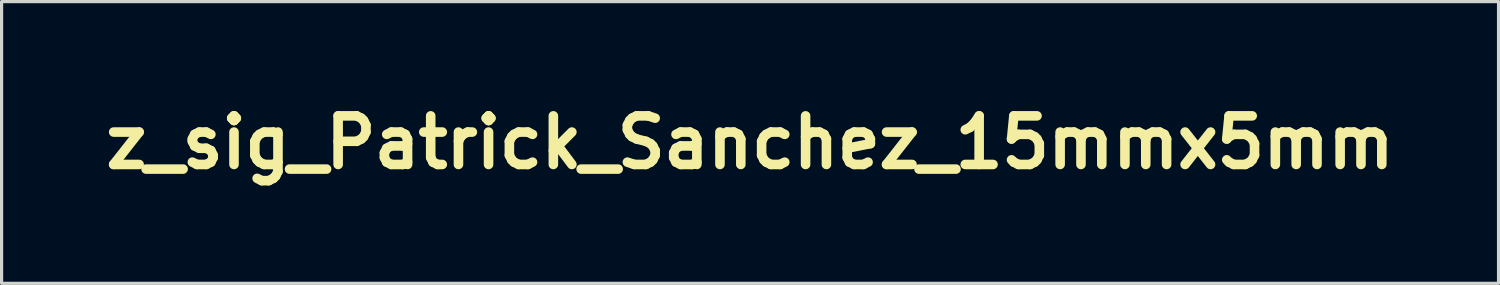
<source format=kicad_pcb>
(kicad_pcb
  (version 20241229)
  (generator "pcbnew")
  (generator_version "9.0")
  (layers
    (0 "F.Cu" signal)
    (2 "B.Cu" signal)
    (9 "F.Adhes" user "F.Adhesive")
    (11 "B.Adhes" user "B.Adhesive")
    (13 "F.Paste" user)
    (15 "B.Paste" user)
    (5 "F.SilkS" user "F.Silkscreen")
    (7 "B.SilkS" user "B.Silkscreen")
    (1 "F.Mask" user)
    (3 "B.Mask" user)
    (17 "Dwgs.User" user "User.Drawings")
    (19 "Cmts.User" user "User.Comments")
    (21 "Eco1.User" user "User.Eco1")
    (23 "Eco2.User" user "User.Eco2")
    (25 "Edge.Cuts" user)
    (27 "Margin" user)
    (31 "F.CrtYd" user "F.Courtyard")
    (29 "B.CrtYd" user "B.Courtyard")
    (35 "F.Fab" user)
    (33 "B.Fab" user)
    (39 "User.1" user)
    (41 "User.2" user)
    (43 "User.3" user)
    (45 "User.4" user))
  (footprint "z_sig_Patrick_Sanchez_15mmx5mm"
    (layer "F.Cu")
    (at 20.472 1.418)
    (property "Reference" "z_sig_Patrick_Sanchez_15mmx5mm" (at 0 0 0) (layer "F.SilkS") (effects (font (size 1.524 1.524) (thickness 0.3))))
    (attr through_hole)
    (fp_poly (pts (xy 3.404 -0.861) (xy 3.401 -0.859) (xy 3.399 -0.861) (xy 3.401 -0.864) (xy 3.404 -0.861)) (stroke (width 0.01) (type solid)) (fill no) (layer "Eco2.User"))
    (fp_poly (pts (xy 2.924 0.14) (xy 2.924 0.142) (xy 2.919 0.147) (xy 2.918 0.147) (xy 2.916 0.143) (xy 2.916 0.142) (xy 2.92 0.137) (xy 2.921 0.137) (xy 2.924 0.14)) (stroke (width 0.01) (type solid)) (fill no) (layer "Eco2.User"))
    (fp_poly (pts (xy -3.31 -0.596) (xy -3.274 -0.593) (xy -3.246 -0.586) (xy -3.224 -0.574) (xy -3.205 -0.556) (xy -3.193 -0.54) (xy -3.184 -0.524) (xy -3.178 -0.51) (xy -3.177 -0.502) (xy -3.176 -0.496) (xy -3.172 -0.496) (xy -3.166 -0.496) (xy -3.165 -0.493) (xy -3.169 -0.489) (xy -3.177 -0.488) (xy -3.19 -0.484) (xy -3.195 -0.478) (xy -3.203 -0.47) (xy -3.216 -0.461) (xy -3.225 -0.457) (xy -3.24 -0.449) (xy -3.252 -0.443) (xy -3.255 -0.44) (xy -3.27 -0.435) (xy -3.289 -0.436) (xy -3.298 -0.44) (xy -3.311 -0.45) (xy -3.324 -0.46) (xy -3.337 -0.472) (xy -3.348 -0.48) (xy -3.353 -0.483) (xy -3.358 -0.487) (xy -3.365 -0.496) (xy -3.367 -0.501) (xy -3.374 -0.514) (xy -3.376 -0.528) (xy -3.376 -0.549) (xy -3.376 -0.551) (xy -3.375 -0.571) (xy -3.371 -0.583) (xy -3.364 -0.591) (xy -3.351 -0.595) (xy -3.331 -0.596) (xy -3.31 -0.596)) (stroke (width 0.01) (type solid)) (fill no) (layer "Eco2.User"))
    (fp_poly (pts (xy -1.784 -1.121) (xy -1.773 -1.118) (xy -1.765 -1.111) (xy -1.76 -1.106) (xy -1.752 -1.095) (xy -1.749 -1.085) (xy -1.75 -1.084) (xy -1.749 -1.078) (xy -1.747 -1.077) (xy -1.742 -1.073) (xy -1.736 -1.062) (xy -1.732 -1.054) (xy -1.726 -1.039) (xy -1.724 -1.027) (xy -1.726 -1.013) (xy -1.728 -1.004) (xy -1.733 -0.99) (xy -1.741 -0.971) (xy -1.751 -0.952) (xy -1.761 -0.934) (xy -1.77 -0.919) (xy -1.777 -0.911) (xy -1.779 -0.91) (xy -1.782 -0.904) (xy -1.783 -0.893) (xy -1.783 -0.89) (xy -1.785 -0.874) (xy -1.79 -0.861) (xy -1.79 -0.86) (xy -1.796 -0.848) (xy -1.798 -0.84) (xy -1.799 -0.824) (xy -1.801 -0.806) (xy -1.804 -0.789) (xy -1.807 -0.777) (xy -1.809 -0.772) (xy -1.812 -0.765) (xy -1.815 -0.752) (xy -1.816 -0.74) (xy -1.818 -0.723) (xy -1.821 -0.708) (xy -1.823 -0.702) (xy -1.827 -0.69) (xy -1.828 -0.681) (xy -1.83 -0.659) (xy -1.834 -0.632) (xy -1.841 -0.607) (xy -1.848 -0.587) (xy -1.849 -0.586) (xy -1.855 -0.571) (xy -1.859 -0.56) (xy -1.859 -0.557) (xy -1.863 -0.548) (xy -1.867 -0.543) (xy -1.873 -0.534) (xy -1.873 -0.528) (xy -1.873 -0.521) (xy -1.876 -0.52) (xy -1.881 -0.516) (xy -1.884 -0.507) (xy -1.89 -0.492) (xy -1.896 -0.483) (xy -1.903 -0.47) (xy -1.905 -0.456) (xy -1.907 -0.443) (xy -1.911 -0.425) (xy -1.917 -0.405) (xy -1.924 -0.387) (xy -1.93 -0.374) (xy -1.931 -0.372) (xy -1.934 -0.363) (xy -1.933 -0.356) (xy -1.932 -0.347) (xy -1.935 -0.345) (xy -1.94 -0.341) (xy -1.941 -0.336) (xy -1.944 -0.325) (xy -1.948 -0.32) (xy -1.955 -0.31) (xy -1.956 -0.304) (xy -1.958 -0.296) (xy -1.961 -0.295) (xy -1.964 -0.293) (xy -1.964 -0.285) (xy -1.962 -0.271) (xy -1.958 -0.253) (xy -1.954 -0.242) (xy -1.949 -0.239) (xy -1.944 -0.246) (xy -1.937 -0.251) (xy -1.933 -0.251) (xy -1.924 -0.251) (xy -1.91 -0.253) (xy -1.899 -0.256) (xy -1.882 -0.26) (xy -1.861 -0.263) (xy -1.84 -0.265) (xy -1.82 -0.266) (xy -1.804 -0.265) (xy -1.795 -0.263) (xy -1.793 -0.261) (xy -1.789 -0.256) (xy -1.779 -0.252) (xy -1.769 -0.25) (xy -1.763 -0.251) (xy -1.758 -0.25) (xy -1.756 -0.246) (xy -1.749 -0.241) (xy -1.735 -0.239) (xy -1.719 -0.236) (xy -1.702 -0.229) (xy -1.686 -0.22) (xy -1.675 -0.21) (xy -1.671 -0.201) (xy -1.668 -0.194) (xy -1.661 -0.183) (xy -1.657 -0.178) (xy -1.643 -0.155) (xy -1.639 -0.138) (xy -1.635 -0.12) (xy -1.63 -0.104) (xy -1.628 -0.1) (xy -1.623 -0.087) (xy -1.621 -0.076) (xy -1.618 -0.066) (xy -1.615 -0.064) (xy -1.611 -0.056) (xy -1.61 -0.051) (xy -1.608 -0.042) (xy -1.605 -0.041) (xy -1.603 -0.036) (xy -1.602 -0.022) (xy -1.602 -0.000153) (xy -1.603 0.009) (xy -1.605 0.043) (xy -1.607 0.069) (xy -1.61 0.088) (xy -1.614 0.102) (xy -1.618 0.11) (xy -1.624 0.122) (xy -1.626 0.13) (xy -1.628 0.135) (xy -1.631 0.135) (xy -1.635 0.135) (xy -1.636 0.137) (xy -1.639 0.144) (xy -1.648 0.155) (xy -1.661 0.168) (xy -1.661 0.169) (xy -1.674 0.181) (xy -1.683 0.191) (xy -1.687 0.195) (xy -1.687 0.196) (xy -1.69 0.2) (xy -1.699 0.209) (xy -1.711 0.223) (xy -1.718 0.229) (xy -1.734 0.246) (xy -1.748 0.256) (xy -1.756 0.26) (xy -1.757 0.26) (xy -1.762 0.26) (xy -1.76 0.264) (xy -1.756 0.269) (xy -1.75 0.279) (xy -1.749 0.287) (xy -1.748 0.295) (xy -1.745 0.298) (xy -1.737 0.305) (xy -1.732 0.313) (xy -1.724 0.323) (xy -1.716 0.325) (xy -1.704 0.329) (xy -1.692 0.337) (xy -1.692 0.338) (xy -1.683 0.346) (xy -1.677 0.348) (xy -1.677 0.348) (xy -1.67 0.347) (xy -1.656 0.346) (xy -1.638 0.345) (xy -1.637 0.345) (xy -1.617 0.343) (xy -1.604 0.341) (xy -1.6 0.338) (xy -1.597 0.332) (xy -1.588 0.321) (xy -1.576 0.309) (xy -1.559 0.296) (xy -1.541 0.285) (xy -1.522 0.278) (xy -1.507 0.275) (xy -1.499 0.276) (xy -1.492 0.276) (xy -1.486 0.272) (xy -1.482 0.268) (xy -1.477 0.267) (xy -1.47 0.271) (xy -1.459 0.281) (xy -1.443 0.296) (xy -1.44 0.299) (xy -1.429 0.311) (xy -1.424 0.322) (xy -1.422 0.337) (xy -1.422 0.344) (xy -1.423 0.359) (xy -1.425 0.369) (xy -1.427 0.371) (xy -1.431 0.375) (xy -1.435 0.383) (xy -1.44 0.395) (xy -1.45 0.407) (xy -1.451 0.407) (xy -1.463 0.419) (xy -1.477 0.433) (xy -1.48 0.436) (xy -1.492 0.448) (xy -1.505 0.457) (xy -1.523 0.467) (xy -1.538 0.474) (xy -1.549 0.48) (xy -1.554 0.486) (xy -1.555 0.486) (xy -1.559 0.489) (xy -1.571 0.491) (xy -1.578 0.492) (xy -1.593 0.493) (xy -1.605 0.495) (xy -1.607 0.496) (xy -1.616 0.499) (xy -1.631 0.501) (xy -1.647 0.501) (xy -1.659 0.499) (xy -1.664 0.498) (xy -1.672 0.496) (xy -1.676 0.498) (xy -1.685 0.498) (xy -1.691 0.495) (xy -1.699 0.49) (xy -1.703 0.492) (xy -1.71 0.494) (xy -1.72 0.493) (xy -1.727 0.49) (xy -1.727 0.488) (xy -1.732 0.485) (xy -1.743 0.484) (xy -1.746 0.484) (xy -1.759 0.482) (xy -1.766 0.478) (xy -1.767 0.478) (xy -1.773 0.473) (xy -1.778 0.472) (xy -1.788 0.469) (xy -1.795 0.463) (xy -1.804 0.456) (xy -1.811 0.455) (xy -1.818 0.453) (xy -1.827 0.445) (xy -1.828 0.444) (xy -1.836 0.436) (xy -1.843 0.434) (xy -1.844 0.434) (xy -1.85 0.433) (xy -1.853 0.431) (xy -1.86 0.424) (xy -1.872 0.417) (xy -1.872 0.417) (xy -1.885 0.409) (xy -1.894 0.402) (xy -1.904 0.398) (xy -1.909 0.399) (xy -1.918 0.397) (xy -1.923 0.393) (xy -1.932 0.386) (xy -1.944 0.382) (xy -1.958 0.377) (xy -1.97 0.369) (xy -1.981 0.358) (xy -1.994 0.345) (xy -1.995 0.344) (xy -2.011 0.333) (xy -2.032 0.323) (xy -2.056 0.314) (xy -2.079 0.31) (xy -2.085 0.31) (xy -2.098 0.309) (xy -2.105 0.305) (xy -2.106 0.305) (xy -2.113 0.3) (xy -2.118 0.3) (xy -2.127 0.297) (xy -2.13 0.294) (xy -2.135 0.291) (xy -2.144 0.292) (xy -2.151 0.297) (xy -2.154 0.302) (xy -2.158 0.31) (xy -2.161 0.311) (xy -2.166 0.318) (xy -2.17 0.33) (xy -2.171 0.335) (xy -2.174 0.351) (xy -2.18 0.363) (xy -2.181 0.365) (xy -2.188 0.374) (xy -2.189 0.38) (xy -2.191 0.388) (xy -2.196 0.4) (xy -2.2 0.415) (xy -2.203 0.432) (xy -2.203 0.434) (xy -2.205 0.463) (xy -2.208 0.483) (xy -2.211 0.497) (xy -2.216 0.506) (xy -2.217 0.508) (xy -2.23 0.52) (xy -2.246 0.531) (xy -2.262 0.54) (xy -2.274 0.545) (xy -2.275 0.545) (xy -2.284 0.548) (xy -2.286 0.552) (xy -2.288 0.557) (xy -2.294 0.555) (xy -2.297 0.553) (xy -2.307 0.548) (xy -2.312 0.547) (xy -2.318 0.545) (xy -2.3 0.545) (xy -2.299 0.548) (xy -2.296 0.549) (xy -2.292 0.547) (xy -2.293 0.545) (xy -2.299 0.545) (xy -2.3 0.545) (xy -2.318 0.545) (xy -2.319 0.545) (xy -2.328 0.536) (xy -2.338 0.525) (xy -2.346 0.513) (xy -2.35 0.505) (xy -2.354 0.494) (xy -2.358 0.49) (xy -2.361 0.483) (xy -2.362 0.471) (xy -2.361 0.457) (xy -2.359 0.447) (xy -2.357 0.444) (xy -2.354 0.438) (xy -2.353 0.428) (xy -2.352 0.415) (xy -2.35 0.408) (xy -2.346 0.397) (xy -2.345 0.392) (xy -2.342 0.382) (xy -2.339 0.367) (xy -2.337 0.361) (xy -2.334 0.343) (xy -2.332 0.326) (xy -2.332 0.322) (xy -2.33 0.31) (xy -2.327 0.304) (xy -2.327 0.304) (xy -2.323 0.298) (xy -2.319 0.286) (xy -2.318 0.282) (xy -2.314 0.265) (xy -2.307 0.25) (xy -2.306 0.248) (xy -2.297 0.232) (xy -2.298 0.221) (xy -2.306 0.214) (xy -2.316 0.209) (xy -2.321 0.21) (xy -2.322 0.216) (xy -2.324 0.223) (xy -2.325 0.224) (xy -2.331 0.227) (xy -2.341 0.235) (xy -2.344 0.237) (xy -2.353 0.246) (xy -2.354 0.252) (xy -2.352 0.254) (xy -2.349 0.259) (xy -2.351 0.261) (xy -2.36 0.262) (xy -2.362 0.262) (xy -2.367 0.262) (xy -2.367 0.264) (xy -2.371 0.269) (xy -2.374 0.269) (xy -2.382 0.273) (xy -2.384 0.277) (xy -2.391 0.284) (xy -2.394 0.284) (xy -2.401 0.289) (xy -2.404 0.295) (xy -2.411 0.303) (xy -2.418 0.305) (xy -2.426 0.307) (xy -2.428 0.31) (xy -2.432 0.317) (xy -2.442 0.328) (xy -2.454 0.339) (xy -2.468 0.35) (xy -2.48 0.357) (xy -2.484 0.359) (xy -2.498 0.364) (xy -2.509 0.369) (xy -2.522 0.374) (xy -2.531 0.376) (xy -2.54 0.379) (xy -2.552 0.388) (xy -2.556 0.391) (xy -2.567 0.401) (xy -2.577 0.406) (xy -2.579 0.406) (xy -2.586 0.411) (xy -2.591 0.419) (xy -2.598 0.429) (xy -2.606 0.432) (xy -2.614 0.436) (xy -2.619 0.447) (xy -2.623 0.458) (xy -2.629 0.46) (xy -2.631 0.46) (xy -2.641 0.461) (xy -2.644 0.465) (xy -2.648 0.471) (xy -2.654 0.468) (xy -2.66 0.464) (xy -2.662 0.464) (xy -2.668 0.466) (xy -2.681 0.468) (xy -2.687 0.469) (xy -2.71 0.472) (xy -2.729 0.478) (xy -2.738 0.482) (xy -2.748 0.484) (xy -2.763 0.486) (xy -2.766 0.486) (xy -2.798 0.488) (xy -2.821 0.489) (xy -2.837 0.49) (xy -2.847 0.489) (xy -2.853 0.487) (xy -2.854 0.486) (xy -2.863 0.482) (xy -2.877 0.48) (xy -2.894 0.478) (xy -2.907 0.474) (xy -2.914 0.47) (xy -2.913 0.467) (xy -2.916 0.465) (xy -2.927 0.464) (xy -2.936 0.464) (xy -2.955 0.464) (xy -2.966 0.46) (xy -2.967 0.459) (xy -2.976 0.453) (xy -2.979 0.452) (xy -2.987 0.448) (xy -2.993 0.441) (xy -3.001 0.431) (xy -3.013 0.417) (xy -3.022 0.407) (xy -3.038 0.389) (xy -3.049 0.372) (xy -3.054 0.358) (xy -3.054 0.354) (xy -3.056 0.346) (xy -3.058 0.343) (xy -3.061 0.334) (xy -3.061 0.32) (xy -3.061 0.316) (xy -3.061 0.302) (xy -3.064 0.294) (xy -3.073 0.288) (xy -3.076 0.287) (xy -3.087 0.282) (xy -3.094 0.282) (xy -3.102 0.288) (xy -3.108 0.295) (xy -3.122 0.312) (xy -3.13 0.324) (xy -3.133 0.331) (xy -3.132 0.335) (xy -3.132 0.34) (xy -3.134 0.34) (xy -3.139 0.344) (xy -3.146 0.355) (xy -3.15 0.361) (xy -3.159 0.375) (xy -3.169 0.387) (xy -3.172 0.389) (xy -3.183 0.398) (xy -3.188 0.407) (xy -3.192 0.414) (xy -3.196 0.414) (xy -3.201 0.415) (xy -3.204 0.421) (xy -3.208 0.43) (xy -3.211 0.432) (xy -3.216 0.435) (xy -3.226 0.444) (xy -3.239 0.456) (xy -3.24 0.456) (xy -3.253 0.468) (xy -3.264 0.476) (xy -3.27 0.479) (xy -3.27 0.479) (xy -3.276 0.481) (xy -3.287 0.489) (xy -3.3 0.501) (xy -3.302 0.503) (xy -3.322 0.521) (xy -3.339 0.53) (xy -3.354 0.532) (xy -3.369 0.527) (xy -3.378 0.522) (xy -3.381 0.523) (xy -3.38 0.526) (xy -3.381 0.531) (xy -3.39 0.533) (xy -3.393 0.533) (xy -3.405 0.535) (xy -3.411 0.539) (xy -3.417 0.54) (xy -3.428 0.533) (xy -3.438 0.526) (xy -3.446 0.523) (xy -3.446 0.523) (xy -3.453 0.52) (xy -3.462 0.512) (xy -3.469 0.503) (xy -3.471 0.497) (xy -3.474 0.493) (xy -3.477 0.493) (xy -3.485 0.489) (xy -3.492 0.479) (xy -3.492 0.479) (xy -3.497 0.471) (xy -3.5 0.469) (xy -3.5 0.47) (xy -3.502 0.471) (xy -3.508 0.466) (xy -3.515 0.457) (xy -3.521 0.447) (xy -3.523 0.442) (xy -3.526 0.427) (xy -3.526 0.418) (xy -3.529 0.405) (xy -3.537 0.396) (xy -3.548 0.388) (xy -3.554 0.387) (xy -3.556 0.394) (xy -3.559 0.4) (xy -3.561 0.401) (xy -3.566 0.397) (xy -3.566 0.396) (xy -3.569 0.396) (xy -3.577 0.403) (xy -3.59 0.417) (xy -3.606 0.435) (xy -3.624 0.458) (xy -3.626 0.46) (xy -3.645 0.48) (xy -3.669 0.496) (xy -3.68 0.502) (xy -3.698 0.511) (xy -3.713 0.52) (xy -3.722 0.526) (xy -3.722 0.526) (xy -3.732 0.533) (xy -3.737 0.534) (xy -3.75 0.536) (xy -3.755 0.538) (xy -3.755 0.543) (xy -3.759 0.547) (xy -3.766 0.549) (xy -3.785 0.551) (xy -3.806 0.556) (xy -3.816 0.559) (xy -3.829 0.563) (xy -3.837 0.561) (xy -3.843 0.557) (xy -3.853 0.549) (xy -3.861 0.55) (xy -3.862 0.552) (xy -3.874 0.557) (xy -3.893 0.556) (xy -3.915 0.549) (xy -3.94 0.537) (xy -3.956 0.527) (xy -3.969 0.519) (xy -3.978 0.514) (xy -3.981 0.513) (xy -3.987 0.51) (xy -3.997 0.502) (xy -4.008 0.493) (xy -4.016 0.484) (xy -4.018 0.48) (xy -4.021 0.474) (xy -4.028 0.464) (xy -4.029 0.462) (xy -4.038 0.441) (xy -4.041 0.42) (xy -4.042 0.403) (xy -4.044 0.391) (xy -4.046 0.387) (xy -4.048 0.376) (xy -4.047 0.359) (xy -4.043 0.338) (xy -4.037 0.316) (xy -4.029 0.295) (xy -4.025 0.287) (xy -4.021 0.277) (xy -4.017 0.26) (xy -4.014 0.246) (xy -4.009 0.228) (xy -4.005 0.213) (xy -4.002 0.205) (xy -3.999 0.193) (xy -3.997 0.178) (xy -3.997 0.178) (xy -3.996 0.165) (xy -3.994 0.158) (xy -3.993 0.157) (xy -3.99 0.152) (xy -3.985 0.139) (xy -3.982 0.13) (xy -3.977 0.114) (xy -3.975 0.105) (xy -3.978 0.098) (xy -3.982 0.091) (xy -3.992 0.082) (xy -4.001 0.079) (xy -4.012 0.077) (xy -4.016 0.075) (xy -4.025 0.074) (xy -4.041 0.076) (xy -4.059 0.08) (xy -4.078 0.085) (xy -4.093 0.092) (xy -4.101 0.097) (xy -4.11 0.106) (xy -4.112 0.112) (xy -4.112 0.112) (xy -4.114 0.117) (xy -4.119 0.121) (xy -4.127 0.13) (xy -4.132 0.141) (xy -4.136 0.155) (xy -4.142 0.164) (xy -4.149 0.173) (xy -4.157 0.187) (xy -4.158 0.188) (xy -4.166 0.204) (xy -4.175 0.221) (xy -4.178 0.226) (xy -4.19 0.245) (xy -4.201 0.265) (xy -4.21 0.282) (xy -4.217 0.296) (xy -4.219 0.302) (xy -4.222 0.311) (xy -4.229 0.322) (xy -4.238 0.331) (xy -4.244 0.335) (xy -4.252 0.339) (xy -4.262 0.348) (xy -4.272 0.359) (xy -4.279 0.37) (xy -4.281 0.377) (xy -4.283 0.385) (xy -4.29 0.391) (xy -4.3 0.399) (xy -4.303 0.405) (xy -4.306 0.412) (xy -4.315 0.423) (xy -4.328 0.435) (xy -4.341 0.447) (xy -4.353 0.456) (xy -4.361 0.46) (xy -4.362 0.46) (xy -4.373 0.459) (xy -4.381 0.464) (xy -4.384 0.469) (xy -4.388 0.475) (xy -4.398 0.482) (xy -4.41 0.486) (xy -4.418 0.488) (xy -4.424 0.492) (xy -4.427 0.496) (xy -4.431 0.501) (xy -4.434 0.501) (xy -4.44 0.502) (xy -4.442 0.505) (xy -4.448 0.512) (xy -4.452 0.513) (xy -4.46 0.517) (xy -4.462 0.521) (xy -4.469 0.527) (xy -4.473 0.528) (xy -4.481 0.532) (xy -4.489 0.541) (xy -4.496 0.55) (xy -4.503 0.554) (xy -4.511 0.557) (xy -4.521 0.565) (xy -4.529 0.573) (xy -4.531 0.578) (xy -4.536 0.583) (xy -4.547 0.586) (xy -4.548 0.587) (xy -4.566 0.591) (xy -4.581 0.598) (xy -4.591 0.604) (xy -4.595 0.61) (xy -4.594 0.61) (xy -4.595 0.613) (xy -4.601 0.61) (xy -4.613 0.607) (xy -4.621 0.608) (xy -4.627 0.609) (xy -4.626 0.605) (xy -4.626 0.601) (xy -4.635 0.6) (xy -4.647 0.6) (xy -4.671 0.599) (xy -4.687 0.597) (xy -4.696 0.592) (xy -4.7 0.588) (xy -4.707 0.58) (xy -4.711 0.579) (xy -4.72 0.576) (xy -4.731 0.569) (xy -4.731 0.569) (xy -4.742 0.562) (xy -4.75 0.559) (xy -4.75 0.559) (xy -4.758 0.555) (xy -4.768 0.546) (xy -4.779 0.533) (xy -4.789 0.521) (xy -4.795 0.511) (xy -4.796 0.509) (xy -4.799 0.499) (xy -4.803 0.493) (xy -4.809 0.483) (xy -4.814 0.468) (xy -4.816 0.461) (xy -4.82 0.44) (xy -4.825 0.419) (xy -4.826 0.415) (xy -4.828 0.399) (xy -4.829 0.377) (xy -4.829 0.353) (xy -4.828 0.345) (xy -4.828 0.323) (xy -4.828 0.305) (xy -4.829 0.293) (xy -4.83 0.291) (xy -4.837 0.287) (xy -4.847 0.288) (xy -4.856 0.293) (xy -4.86 0.3) (xy -4.86 0.302) (xy -4.86 0.309) (xy -4.862 0.31) (xy -4.866 0.314) (xy -4.867 0.318) (xy -4.871 0.324) (xy -4.875 0.325) (xy -4.88 0.328) (xy -4.879 0.335) (xy -4.879 0.343) (xy -4.887 0.348) (xy -4.889 0.348) (xy -4.9 0.354) (xy -4.911 0.366) (xy -4.913 0.368) (xy -4.922 0.378) (xy -4.929 0.383) (xy -4.931 0.382) (xy -4.936 0.384) (xy -4.938 0.393) (xy -4.942 0.406) (xy -4.954 0.422) (xy -4.96 0.427) (xy -4.972 0.442) (xy -4.983 0.455) (xy -4.988 0.462) (xy -4.997 0.474) (xy -5.011 0.486) (xy -5.026 0.495) (xy -5.038 0.498) (xy -5.049 0.5) (xy -5.052 0.502) (xy -5.059 0.506) (xy -5.073 0.512) (xy -5.09 0.52) (xy -5.093 0.521) (xy -5.112 0.529) (xy -5.128 0.536) (xy -5.138 0.541) (xy -5.138 0.542) (xy -5.151 0.547) (xy -5.16 0.549) (xy -5.169 0.55) (xy -5.171 0.553) (xy -5.176 0.559) (xy -5.187 0.564) (xy -5.202 0.568) (xy -5.216 0.568) (xy -5.227 0.566) (xy -5.23 0.564) (xy -5.237 0.561) (xy -5.243 0.561) (xy -5.252 0.561) (xy -5.255 0.559) (xy -5.262 0.555) (xy -5.273 0.555) (xy -5.289 0.551) (xy -5.298 0.545) (xy -5.309 0.537) (xy -5.317 0.533) (xy -5.317 0.533) (xy -5.324 0.53) (xy -5.334 0.523) (xy -5.343 0.513) (xy -5.351 0.504) (xy -5.353 0.497) (xy -5.352 0.496) (xy -5.352 0.494) (xy -5.356 0.493) (xy -5.362 0.491) (xy -5.362 0.488) (xy -5.364 0.483) (xy -5.372 0.474) (xy -5.375 0.472) (xy -5.385 0.462) (xy -5.39 0.453) (xy -5.39 0.452) (xy -5.395 0.439) (xy -5.407 0.427) (xy -5.424 0.418) (xy -5.427 0.417) (xy -5.436 0.414) (xy -5.444 0.414) (xy -5.451 0.418) (xy -5.461 0.428) (xy -5.471 0.438) (xy -5.485 0.452) (xy -5.496 0.465) (xy -5.502 0.473) (xy -5.502 0.474) (xy -5.511 0.481) (xy -5.52 0.483) (xy -5.532 0.486) (xy -5.536 0.493) (xy -5.541 0.5) (xy -5.549 0.5) (xy -5.556 0.499) (xy -5.556 0.504) (xy -5.556 0.505) (xy -5.555 0.512) (xy -5.561 0.512) (xy -5.563 0.512) (xy -5.571 0.511) (xy -5.573 0.514) (xy -5.577 0.517) (xy -5.588 0.516) (xy -5.588 0.516) (xy -5.603 0.515) (xy -5.614 0.522) (xy -5.616 0.523) (xy -5.63 0.532) (xy -5.65 0.535) (xy -5.651 0.535) (xy -5.668 0.533) (xy -5.685 0.53) (xy -5.698 0.525) (xy -5.705 0.519) (xy -5.705 0.518) (xy -5.708 0.514) (xy -5.709 0.514) (xy -5.725 0.512) (xy -5.74 0.502) (xy -5.75 0.494) (xy -5.758 0.49) (xy -5.758 0.49) (xy -5.771 0.486) (xy -5.785 0.471) (xy -5.8 0.448) (xy -5.804 0.442) (xy -5.812 0.424) (xy -5.818 0.41) (xy -5.821 0.401) (xy -5.821 0.4) (xy -5.822 0.391) (xy -5.824 0.379) (xy -5.825 0.367) (xy -5.823 0.353) (xy -5.822 0.347) (xy -5.662 0.347) (xy -5.662 0.365) (xy -5.659 0.376) (xy -5.654 0.382) (xy -5.646 0.384) (xy -5.633 0.385) (xy -5.613 0.382) (xy -5.589 0.378) (xy -5.575 0.372) (xy -5.569 0.365) (xy -5.565 0.357) (xy -5.562 0.356) (xy -5.557 0.351) (xy -5.552 0.343) (xy -5.545 0.334) (xy -5.539 0.33) (xy -5.533 0.326) (xy -5.529 0.32) (xy -5.522 0.31) (xy -5.514 0.305) (xy -5.505 0.3) (xy -5.502 0.295) (xy -5.497 0.29) (xy -5.487 0.285) (xy -5.486 0.284) (xy -5.476 0.279) (xy -5.471 0.274) (xy -5.471 0.273) (xy -5.468 0.267) (xy -5.46 0.257) (xy -5.456 0.252) (xy -5.447 0.242) (xy -5.441 0.234) (xy -5.441 0.232) (xy -5.438 0.225) (xy -5.431 0.215) (xy -5.431 0.215) (xy -5.423 0.203) (xy -5.42 0.192) (xy -5.417 0.183) (xy -5.413 0.18) (xy -5.407 0.173) (xy -5.403 0.165) (xy -5.397 0.151) (xy -5.39 0.142) (xy -5.383 0.133) (xy -5.378 0.12) (xy -5.376 0.108) (xy -5.376 0.099) (xy -5.379 0.097) (xy -5.389 0.099) (xy -5.404 0.105) (xy -5.42 0.113) (xy -5.435 0.122) (xy -5.446 0.129) (xy -5.449 0.133) (xy -5.453 0.139) (xy -5.457 0.139) (xy -5.464 0.14) (xy -5.469 0.142) (xy -5.477 0.146) (xy -5.481 0.145) (xy -5.489 0.145) (xy -5.497 0.15) (xy -5.504 0.155) (xy -5.507 0.154) (xy -5.51 0.155) (xy -5.517 0.162) (xy -5.52 0.165) (xy -5.529 0.175) (xy -5.535 0.181) (xy -5.536 0.181) (xy -5.551 0.186) (xy -5.561 0.191) (xy -5.563 0.195) (xy -5.567 0.202) (xy -5.578 0.211) (xy -5.592 0.219) (xy -5.597 0.221) (xy -5.606 0.226) (xy -5.608 0.232) (xy -5.611 0.242) (xy -5.614 0.245) (xy -5.621 0.255) (xy -5.63 0.269) (xy -5.641 0.286) (xy -5.65 0.301) (xy -5.655 0.311) (xy -5.656 0.312) (xy -5.66 0.328) (xy -5.662 0.347) (xy -5.822 0.347) (xy -5.82 0.339) (xy -5.815 0.329) (xy -5.809 0.327) (xy -5.803 0.324) (xy -5.795 0.314) (xy -5.787 0.3) (xy -5.779 0.283) (xy -5.774 0.267) (xy -5.773 0.264) (xy -5.769 0.247) (xy -5.764 0.234) (xy -5.763 0.231) (xy -5.757 0.22) (xy -5.756 0.214) (xy -5.752 0.207) (xy -5.743 0.196) (xy -5.733 0.185) (xy -5.721 0.173) (xy -5.712 0.163) (xy -5.71 0.158) (xy -5.706 0.153) (xy -5.702 0.152) (xy -5.694 0.148) (xy -5.691 0.145) (xy -5.685 0.138) (xy -5.682 0.137) (xy -5.674 0.133) (xy -5.673 0.13) (xy -5.666 0.124) (xy -5.655 0.12) (xy -5.646 0.116) (xy -5.634 0.107) (xy -5.62 0.095) (xy -5.612 0.086) (xy -5.4 0.086) (xy -5.398 0.091) (xy -5.397 0.09) (xy -5.396 0.084) (xy -5.397 0.083) (xy -5.4 0.084) (xy -5.4 0.086) (xy -5.612 0.086) (xy -5.607 0.082) (xy -5.596 0.069) (xy -5.589 0.059) (xy -5.587 0.052) (xy -5.589 0.051) (xy -5.597 0.046) (xy -5.602 0.041) (xy -5.608 0.036) (xy -5.617 0.039) (xy -5.618 0.039) (xy -5.628 0.042) (xy -5.637 0.038) (xy -5.647 0.034) (xy -5.653 0.033) (xy -5.588 0.033) (xy -5.585 0.036) (xy -5.583 0.033) (xy -5.585 0.03) (xy -5.588 0.033) (xy -5.653 0.033) (xy -5.664 0.031) (xy -5.684 0.028) (xy -5.688 0.028) (xy -5.707 0.026) (xy -5.723 0.023) (xy -5.733 0.02) (xy -5.734 0.019) (xy -5.742 0.018) (xy -5.759 0.017) (xy -5.786 0.017) (xy -5.82 0.018) (xy -5.823 0.018) (xy -5.859 0.019) (xy -5.886 0.021) (xy -5.906 0.022) (xy -5.92 0.023) (xy -5.928 0.024) (xy -5.933 0.025) (xy -5.936 0.026) (xy -5.937 0.027) (xy -5.944 0.03) (xy -5.95 0.03) (xy -5.957 0.033) (xy -5.959 0.036) (xy -5.963 0.04) (xy -5.966 0.041) (xy -5.975 0.045) (xy -5.978 0.048) (xy -5.982 0.052) (xy -5.989 0.051) (xy -5.999 0.047) (xy -6.012 0.041) (xy -6.022 0.038) (xy -6.023 0.038) (xy -6.03 0.034) (xy -6.041 0.025) (xy -6.052 0.013) (xy -6.061 0.001) (xy -6.065 -0.007) (xy -6.066 -0.008) (xy -6.068 -0.014) (xy -6.071 -0.015) (xy -6.075 -0.018) (xy -6.075 -0.019) (xy -6.076 -0.028) (xy -6.082 -0.037) (xy -6.088 -0.041) (xy -6.094 -0.036) (xy -6.1 -0.027) (xy -6.108 -0.009) (xy -6.12 0.011) (xy -6.131 0.027) (xy -6.137 0.036) (xy -6.145 0.046) (xy -6.153 0.061) (xy -6.154 0.064) (xy -6.162 0.081) (xy -6.169 0.096) (xy -6.17 0.098) (xy -6.175 0.11) (xy -6.177 0.119) (xy -6.18 0.125) (xy -6.189 0.137) (xy -6.198 0.147) (xy -6.211 0.164) (xy -6.224 0.184) (xy -6.235 0.203) (xy -6.242 0.218) (xy -6.243 0.227) (xy -6.246 0.235) (xy -6.253 0.248) (xy -6.256 0.253) (xy -6.264 0.265) (xy -6.268 0.274) (xy -6.269 0.276) (xy -6.272 0.283) (xy -6.279 0.293) (xy -6.279 0.293) (xy -6.286 0.305) (xy -6.289 0.316) (xy -6.291 0.324) (xy -6.293 0.325) (xy -6.297 0.329) (xy -6.304 0.341) (xy -6.312 0.358) (xy -6.317 0.367) (xy -6.328 0.389) (xy -6.34 0.41) (xy -6.352 0.426) (xy -6.355 0.429) (xy -6.367 0.445) (xy -6.376 0.462) (xy -6.38 0.484) (xy -6.383 0.512) (xy -6.383 0.517) (xy -6.387 0.546) (xy -6.396 0.572) (xy -6.409 0.593) (xy -6.425 0.608) (xy -6.442 0.614) (xy -6.445 0.615) (xy -6.46 0.616) (xy -6.472 0.62) (xy -6.48 0.623) (xy -6.482 0.619) (xy -6.486 0.616) (xy -6.493 0.616) (xy -6.504 0.618) (xy -6.513 0.613) (xy -6.522 0.602) (xy -6.531 0.585) (xy -6.542 0.56) (xy -6.549 0.541) (xy -6.55 0.531) (xy -6.547 0.528) (xy -6.543 0.524) (xy -6.536 0.513) (xy -6.53 0.499) (xy -6.521 0.479) (xy -6.512 0.46) (xy -6.508 0.45) (xy -6.501 0.435) (xy -6.492 0.415) (xy -6.482 0.394) (xy -6.479 0.389) (xy -6.468 0.363) (xy -6.459 0.345) (xy -6.453 0.333) (xy -6.449 0.326) (xy -6.445 0.32) (xy -6.441 0.315) (xy -6.439 0.313) (xy -6.43 0.3) (xy -6.424 0.285) (xy -6.42 0.27) (xy -6.414 0.26) (xy -6.414 0.259) (xy -6.408 0.249) (xy -6.402 0.235) (xy -6.402 0.234) (xy -6.397 0.22) (xy -6.389 0.216) (xy -6.388 0.216) (xy -6.38 0.213) (xy -6.378 0.203) (xy -6.375 0.191) (xy -6.369 0.176) (xy -6.367 0.172) (xy -6.359 0.16) (xy -6.355 0.15) (xy -6.355 0.149) (xy -6.351 0.142) (xy -6.347 0.14) (xy -6.341 0.134) (xy -6.341 0.13) (xy -6.341 0.121) (xy -6.338 0.118) (xy -6.333 0.108) (xy -6.331 0.101) (xy -6.326 0.088) (xy -6.32 0.079) (xy -6.313 0.069) (xy -6.303 0.054) (xy -6.294 0.041) (xy -6.284 0.025) (xy -6.275 0.013) (xy -6.27 0.008) (xy -6.263 -0.001) (xy -6.253 -0.016) (xy -6.243 -0.035) (xy -6.236 -0.05) (xy -6.23 -0.06) (xy -6.225 -0.066) (xy -6.224 -0.066) (xy -6.22 -0.07) (xy -6.213 -0.081) (xy -6.205 -0.097) (xy -6.205 -0.098) (xy -6.197 -0.115) (xy -6.189 -0.128) (xy -6.183 -0.135) (xy -6.179 -0.143) (xy -6.179 -0.147) (xy -6.179 -0.153) (xy -6.175 -0.156) (xy -6.17 -0.16) (xy -6.02 -0.16) (xy -6.019 -0.144) (xy -6.015 -0.136) (xy -6.011 -0.133) (xy -6 -0.127) (xy -5.992 -0.121) (xy -5.982 -0.115) (xy -5.977 -0.117) (xy -5.968 -0.119) (xy -5.953 -0.117) (xy -5.952 -0.117) (xy -5.934 -0.116) (xy -5.911 -0.117) (xy -5.887 -0.121) (xy -5.865 -0.127) (xy -5.853 -0.132) (xy -5.843 -0.135) (xy -5.838 -0.135) (xy -5.833 -0.136) (xy -5.825 -0.142) (xy -5.813 -0.148) (xy -5.794 -0.153) (xy -5.779 -0.154) (xy -5.76 -0.157) (xy -5.746 -0.159) (xy -5.739 -0.162) (xy -5.738 -0.162) (xy -5.729 -0.167) (xy -5.725 -0.168) (xy -5.714 -0.171) (xy -5.71 -0.175) (xy -5.702 -0.18) (xy -5.697 -0.179) (xy -5.691 -0.18) (xy -5.69 -0.182) (xy -5.685 -0.187) (xy -5.682 -0.188) (xy -5.674 -0.192) (xy -5.671 -0.197) (xy -5.665 -0.205) (xy -5.654 -0.215) (xy -5.649 -0.219) (xy -5.637 -0.227) (xy -5.63 -0.233) (xy -5.629 -0.235) (xy -5.625 -0.241) (xy -5.617 -0.25) (xy -5.616 -0.251) (xy -5.606 -0.263) (xy -5.601 -0.275) (xy -5.601 -0.275) (xy -5.596 -0.288) (xy -5.588 -0.301) (xy -5.581 -0.311) (xy -5.578 -0.319) (xy -5.578 -0.319) (xy -5.574 -0.326) (xy -5.57 -0.33) (xy -5.565 -0.339) (xy -5.565 -0.344) (xy -5.564 -0.352) (xy -5.562 -0.354) (xy -5.557 -0.36) (xy -5.551 -0.371) (xy -5.544 -0.384) (xy -5.54 -0.395) (xy -5.54 -0.396) (xy -5.537 -0.402) (xy -5.533 -0.41) (xy -5.529 -0.421) (xy -5.53 -0.427) (xy -5.529 -0.431) (xy -5.527 -0.432) (xy -5.524 -0.436) (xy -5.522 -0.447) (xy -5.522 -0.45) (xy -5.521 -0.461) (xy -5.518 -0.467) (xy -5.517 -0.467) (xy -5.513 -0.472) (xy -5.51 -0.483) (xy -5.509 -0.488) (xy -5.506 -0.5) (xy -5.502 -0.507) (xy -5.501 -0.508) (xy -5.498 -0.513) (xy -5.497 -0.524) (xy -5.497 -0.528) (xy -5.495 -0.541) (xy -5.492 -0.549) (xy -5.491 -0.55) (xy -5.487 -0.556) (xy -5.484 -0.57) (xy -5.481 -0.589) (xy -5.481 -0.61) (xy -5.481 -0.632) (xy -5.483 -0.651) (xy -5.487 -0.666) (xy -5.488 -0.669) (xy -5.501 -0.688) (xy -5.517 -0.706) (xy -5.536 -0.722) (xy -5.555 -0.733) (xy -5.571 -0.74) (xy -5.582 -0.739) (xy -5.594 -0.74) (xy -5.6 -0.744) (xy -5.609 -0.749) (xy -5.62 -0.751) (xy -5.632 -0.751) (xy -5.638 -0.748) (xy -5.639 -0.747) (xy -5.643 -0.743) (xy -5.651 -0.742) (xy -5.662 -0.74) (xy -5.667 -0.736) (xy -5.674 -0.733) (xy -5.679 -0.734) (xy -5.688 -0.732) (xy -5.699 -0.723) (xy -5.712 -0.711) (xy -5.723 -0.696) (xy -5.731 -0.681) (xy -5.733 -0.675) (xy -5.739 -0.66) (xy -5.748 -0.646) (xy -5.75 -0.644) (xy -5.758 -0.633) (xy -5.762 -0.626) (xy -5.762 -0.624) (xy -5.764 -0.618) (xy -5.769 -0.606) (xy -5.773 -0.597) (xy -5.781 -0.583) (xy -5.785 -0.571) (xy -5.786 -0.567) (xy -5.788 -0.56) (xy -5.79 -0.559) (xy -5.795 -0.555) (xy -5.801 -0.544) (xy -5.807 -0.532) (xy -5.811 -0.521) (xy -5.812 -0.516) (xy -5.816 -0.509) (xy -5.824 -0.503) (xy -5.833 -0.497) (xy -5.837 -0.492) (xy -5.84 -0.485) (xy -5.846 -0.473) (xy -5.855 -0.458) (xy -5.865 -0.443) (xy -5.874 -0.431) (xy -5.881 -0.423) (xy -5.883 -0.422) (xy -5.887 -0.417) (xy -5.892 -0.408) (xy -5.899 -0.392) (xy -5.907 -0.379) (xy -5.914 -0.371) (xy -5.917 -0.365) (xy -5.92 -0.354) (xy -5.926 -0.34) (xy -5.932 -0.331) (xy -5.945 -0.312) (xy -5.955 -0.289) (xy -5.956 -0.284) (xy -5.961 -0.271) (xy -5.969 -0.261) (xy -5.979 -0.248) (xy -5.989 -0.232) (xy -5.999 -0.215) (xy -6.007 -0.201) (xy -6.01 -0.191) (xy -6.01 -0.191) (xy -6.012 -0.184) (xy -6.015 -0.183) (xy -6.018 -0.178) (xy -6.02 -0.167) (xy -6.02 -0.16) (xy -6.17 -0.16) (xy -6.168 -0.161) (xy -6.167 -0.165) (xy -6.164 -0.173) (xy -6.156 -0.183) (xy -6.156 -0.184) (xy -6.146 -0.197) (xy -6.136 -0.213) (xy -6.135 -0.216) (xy -6.128 -0.23) (xy -6.122 -0.242) (xy -6.121 -0.244) (xy -6.116 -0.252) (xy -6.109 -0.267) (xy -6.103 -0.281) (xy -6.095 -0.296) (xy -6.089 -0.306) (xy -6.085 -0.31) (xy -6.082 -0.314) (xy -6.081 -0.32) (xy -6.078 -0.329) (xy -6.076 -0.333) (xy -6.071 -0.34) (xy -6.071 -0.343) (xy -6.068 -0.352) (xy -6.062 -0.365) (xy -6.058 -0.371) (xy -6.05 -0.384) (xy -6.046 -0.394) (xy -6.045 -0.397) (xy -6.042 -0.404) (xy -6.033 -0.414) (xy -6.032 -0.415) (xy -6.024 -0.424) (xy -6.022 -0.43) (xy -6.022 -0.431) (xy -6.02 -0.437) (xy -6.014 -0.448) (xy -6.004 -0.461) (xy -5.989 -0.485) (xy -5.977 -0.507) (xy -5.97 -0.527) (xy -5.968 -0.542) (xy -5.972 -0.55) (xy -5.98 -0.551) (xy -5.993 -0.548) (xy -6.011 -0.542) (xy -6.028 -0.534) (xy -6.044 -0.524) (xy -6.046 -0.522) (xy -6.06 -0.512) (xy -6.071 -0.506) (xy -6.075 -0.505) (xy -6.083 -0.505) (xy -6.094 -0.499) (xy -6.096 -0.498) (xy -6.107 -0.491) (xy -6.115 -0.488) (xy -6.116 -0.488) (xy -6.121 -0.485) (xy -6.121 -0.484) (xy -6.126 -0.48) (xy -6.136 -0.473) (xy -6.142 -0.47) (xy -6.154 -0.464) (xy -6.161 -0.458) (xy -6.162 -0.456) (xy -6.166 -0.453) (xy -6.172 -0.452) (xy -6.182 -0.449) (xy -6.195 -0.441) (xy -6.199 -0.438) (xy -6.226 -0.416) (xy -6.249 -0.403) (xy -6.261 -0.398) (xy -6.272 -0.394) (xy -6.277 -0.388) (xy -6.284 -0.382) (xy -6.29 -0.381) (xy -6.298 -0.379) (xy -6.299 -0.376) (xy -6.303 -0.371) (xy -6.314 -0.363) (xy -6.327 -0.356) (xy -6.339 -0.352) (xy -6.346 -0.351) (xy -6.352 -0.349) (xy -6.353 -0.345) (xy -6.354 -0.341) (xy -6.357 -0.34) (xy -6.365 -0.337) (xy -6.366 -0.335) (xy -6.369 -0.331) (xy -6.376 -0.329) (xy -6.39 -0.327) (xy -6.401 -0.326) (xy -6.409 -0.322) (xy -6.421 -0.313) (xy -6.429 -0.305) (xy -6.445 -0.293) (xy -6.462 -0.282) (xy -6.47 -0.279) (xy -6.483 -0.273) (xy -6.493 -0.267) (xy -6.494 -0.265) (xy -6.5 -0.261) (xy -6.503 -0.262) (xy -6.507 -0.261) (xy -6.507 -0.259) (xy -6.512 -0.255) (xy -6.517 -0.254) (xy -6.527 -0.25) (xy -6.53 -0.246) (xy -6.537 -0.24) (xy -6.543 -0.24) (xy -6.552 -0.24) (xy -6.553 -0.236) (xy -6.557 -0.23) (xy -6.561 -0.229) (xy -6.572 -0.226) (xy -6.583 -0.221) (xy -6.596 -0.216) (xy -6.613 -0.209) (xy -6.622 -0.206) (xy -6.639 -0.199) (xy -6.653 -0.191) (xy -6.657 -0.188) (xy -6.669 -0.18) (xy -6.683 -0.174) (xy -6.702 -0.171) (xy -6.715 -0.169) (xy -6.734 -0.166) (xy -6.748 -0.16) (xy -6.759 -0.15) (xy -6.773 -0.139) (xy -6.793 -0.132) (xy -6.819 -0.127) (xy -6.845 -0.125) (xy -6.853 -0.121) (xy -6.855 -0.119) (xy -6.864 -0.113) (xy -6.881 -0.107) (xy -6.903 -0.1) (xy -6.928 -0.094) (xy -6.953 -0.089) (xy -6.976 -0.085) (xy -6.986 -0.085) (xy -6.999 -0.083) (xy -7.008 -0.08) (xy -7.008 -0.08) (xy -7.016 -0.077) (xy -7.021 -0.076) (xy -7.031 -0.073) (xy -7.036 -0.069) (xy -7.041 -0.064) (xy -7.048 -0.065) (xy -7.058 -0.069) (xy -7.073 -0.078) (xy -7.081 -0.088) (xy -7.085 -0.101) (xy -7.086 -0.116) (xy -7.086 -0.133) (xy -7.083 -0.143) (xy -7.076 -0.152) (xy -7.073 -0.155) (xy -7.055 -0.165) (xy -7.033 -0.17) (xy -7.012 -0.174) (xy -6.991 -0.179) (xy -6.985 -0.181) (xy -6.969 -0.185) (xy -6.956 -0.187) (xy -6.952 -0.187) (xy -6.94 -0.189) (xy -6.929 -0.194) (xy -6.913 -0.201) (xy -6.892 -0.206) (xy -6.87 -0.209) (xy -6.864 -0.209) (xy -6.851 -0.212) (xy -6.836 -0.218) (xy -6.836 -0.218) (xy -6.82 -0.225) (xy -6.806 -0.23) (xy -6.796 -0.235) (xy -6.792 -0.241) (xy -6.788 -0.248) (xy -6.783 -0.251) (xy -6.771 -0.256) (xy -6.767 -0.258) (xy -6.745 -0.269) (xy -6.732 -0.274) (xy -6.729 -0.274) (xy -6.722 -0.278) (xy -6.712 -0.286) (xy -6.711 -0.287) (xy -6.702 -0.295) (xy -6.695 -0.297) (xy -6.694 -0.297) (xy -6.687 -0.297) (xy -6.683 -0.299) (xy -6.673 -0.303) (xy -6.667 -0.302) (xy -6.661 -0.3) (xy -6.663 -0.303) (xy -6.665 -0.304) (xy -6.67 -0.309) (xy -6.67 -0.31) (xy -6.665 -0.311) (xy -6.654 -0.313) (xy -6.636 -0.316) (xy -6.619 -0.318) (xy -6.603 -0.322) (xy -6.589 -0.327) (xy -6.586 -0.328) (xy -6.574 -0.334) (xy -6.566 -0.336) (xy -6.557 -0.339) (xy -6.544 -0.348) (xy -6.533 -0.358) (xy -6.518 -0.371) (xy -6.503 -0.381) (xy -6.495 -0.384) (xy -6.479 -0.392) (xy -6.468 -0.404) (xy -6.459 -0.415) (xy -6.452 -0.421) (xy -6.45 -0.422) (xy -6.44 -0.424) (xy -6.429 -0.428) (xy -6.419 -0.434) (xy -6.416 -0.438) (xy -6.412 -0.442) (xy -6.411 -0.442) (xy -6.408 -0.439) (xy -6.409 -0.436) (xy -6.408 -0.434) (xy -6.402 -0.439) (xy -6.399 -0.441) (xy -6.386 -0.448) (xy -6.376 -0.452) (xy -6.375 -0.452) (xy -6.367 -0.454) (xy -6.365 -0.457) (xy -6.361 -0.462) (xy -6.351 -0.468) (xy -6.339 -0.474) (xy -6.328 -0.477) (xy -6.326 -0.478) (xy -6.32 -0.48) (xy -6.32 -0.482) (xy -6.315 -0.487) (xy -6.305 -0.492) (xy -6.303 -0.493) (xy -6.291 -0.499) (xy -6.283 -0.506) (xy -6.282 -0.506) (xy -6.274 -0.512) (xy -6.269 -0.513) (xy -6.261 -0.516) (xy -6.248 -0.525) (xy -6.238 -0.534) (xy -6.214 -0.552) (xy -6.188 -0.563) (xy -6.158 -0.576) (xy -6.137 -0.59) (xy -6.124 -0.601) (xy -6.113 -0.608) (xy -6.109 -0.61) (xy -6.101 -0.614) (xy -6.099 -0.617) (xy -6.092 -0.623) (xy -6.086 -0.625) (xy -6.074 -0.628) (xy -6.062 -0.635) (xy -6.051 -0.642) (xy -6.043 -0.645) (xy -6.043 -0.645) (xy -6.037 -0.649) (xy -6.026 -0.657) (xy -6.015 -0.668) (xy -6.002 -0.679) (xy -5.991 -0.686) (xy -5.986 -0.687) (xy -5.98 -0.688) (xy -5.979 -0.691) (xy -5.976 -0.697) (xy -5.968 -0.706) (xy -5.957 -0.717) (xy -5.946 -0.728) (xy -5.936 -0.735) (xy -5.929 -0.739) (xy -5.928 -0.738) (xy -5.926 -0.739) (xy -5.923 -0.746) (xy -5.917 -0.754) (xy -5.911 -0.756) (xy -5.904 -0.759) (xy -5.902 -0.76) (xy -5.627 -0.76) (xy -5.626 -0.757) (xy -5.624 -0.757) (xy -5.619 -0.759) (xy -5.62 -0.76) (xy -5.626 -0.761) (xy -5.627 -0.76) (xy -5.902 -0.76) (xy -5.894 -0.767) (xy -5.891 -0.771) (xy -5.881 -0.781) (xy -5.873 -0.786) (xy -5.871 -0.786) (xy -5.866 -0.789) (xy -5.866 -0.791) (xy -5.863 -0.796) (xy -5.858 -0.798) (xy -5.849 -0.802) (xy -5.846 -0.812) (xy -5.84 -0.823) (xy -5.83 -0.838) (xy -5.823 -0.846) (xy -5.813 -0.857) (xy -5.806 -0.866) (xy -5.805 -0.87) (xy -5.803 -0.876) (xy -5.797 -0.883) (xy -5.787 -0.89) (xy -5.77 -0.892) (xy -5.76 -0.893) (xy -5.743 -0.893) (xy -5.728 -0.895) (xy -5.723 -0.897) (xy -5.711 -0.897) (xy -5.7 -0.893) (xy -5.687 -0.888) (xy -5.67 -0.888) (xy -5.659 -0.889) (xy -5.639 -0.89) (xy -5.621 -0.889) (xy -5.613 -0.888) (xy -5.598 -0.885) (xy -5.584 -0.884) (xy -5.584 -0.884) (xy -5.571 -0.881) (xy -5.559 -0.874) (xy -5.547 -0.867) (xy -5.537 -0.864) (xy -5.525 -0.861) (xy -5.511 -0.856) (xy -5.499 -0.85) (xy -5.496 -0.846) (xy -5.489 -0.844) (xy -5.479 -0.844) (xy -5.466 -0.844) (xy -5.459 -0.838) (xy -5.453 -0.831) (xy -5.449 -0.831) (xy -5.444 -0.831) (xy -5.437 -0.825) (xy -5.433 -0.818) (xy -5.433 -0.813) (xy -5.432 -0.808) (xy -5.429 -0.808) (xy -5.422 -0.804) (xy -5.409 -0.791) (xy -5.392 -0.771) (xy -5.368 -0.742) (xy -5.361 -0.732) (xy -5.354 -0.72) (xy -5.352 -0.711) (xy -5.352 -0.71) (xy -5.352 -0.701) (xy -5.35 -0.699) (xy -5.345 -0.692) (xy -5.344 -0.683) (xy -5.342 -0.673) (xy -5.339 -0.668) (xy -5.337 -0.664) (xy -5.335 -0.657) (xy -5.335 -0.644) (xy -5.336 -0.624) (xy -5.338 -0.597) (xy -5.34 -0.577) (xy -5.343 -0.554) (xy -5.346 -0.536) (xy -5.348 -0.524) (xy -5.35 -0.52) (xy -5.352 -0.511) (xy -5.352 -0.507) (xy -5.352 -0.498) (xy -5.354 -0.496) (xy -5.358 -0.488) (xy -5.359 -0.478) (xy -5.363 -0.464) (xy -5.37 -0.455) (xy -5.377 -0.445) (xy -5.38 -0.437) (xy -5.383 -0.426) (xy -5.387 -0.422) (xy -5.394 -0.412) (xy -5.395 -0.406) (xy -5.398 -0.395) (xy -5.404 -0.382) (xy -5.407 -0.377) (xy -5.415 -0.361) (xy -5.423 -0.341) (xy -5.428 -0.328) (xy -5.434 -0.31) (xy -5.44 -0.296) (xy -5.444 -0.289) (xy -5.449 -0.278) (xy -5.451 -0.267) (xy -5.454 -0.249) (xy -5.463 -0.227) (xy -5.476 -0.206) (xy -5.49 -0.187) (xy -5.505 -0.175) (xy -5.51 -0.173) (xy -5.519 -0.165) (xy -5.528 -0.153) (xy -5.529 -0.15) (xy -5.536 -0.139) (xy -5.543 -0.132) (xy -5.545 -0.132) (xy -5.55 -0.129) (xy -5.549 -0.124) (xy -5.546 -0.119) (xy -5.541 -0.122) (xy -5.537 -0.125) (xy -5.528 -0.13) (xy -5.523 -0.13) (xy -5.523 -0.125) (xy -5.526 -0.123) (xy -5.532 -0.119) (xy -5.532 -0.117) (xy -5.528 -0.115) (xy -5.516 -0.114) (xy -5.498 -0.116) (xy -5.479 -0.118) (xy -5.459 -0.122) (xy -5.441 -0.126) (xy -5.429 -0.129) (xy -5.421 -0.129) (xy -5.417 -0.125) (xy -5.413 -0.12) (xy -5.408 -0.122) (xy -5.397 -0.125) (xy -5.384 -0.123) (xy -5.372 -0.116) (xy -5.369 -0.114) (xy -5.361 -0.108) (xy -5.351 -0.107) (xy -5.345 -0.11) (xy -5.344 -0.113) (xy -5.343 -0.116) (xy -5.338 -0.113) (xy -5.328 -0.107) (xy -5.323 -0.107) (xy -5.313 -0.104) (xy -5.299 -0.098) (xy -5.296 -0.096) (xy -5.283 -0.091) (xy -5.275 -0.088) (xy -5.273 -0.089) (xy -5.266 -0.089) (xy -5.257 -0.087) (xy -5.243 -0.085) (xy -5.232 -0.087) (xy -5.221 -0.088) (xy -5.215 -0.087) (xy -5.208 -0.084) (xy -5.201 -0.083) (xy -5.189 -0.077) (xy -5.175 -0.065) (xy -5.164 -0.05) (xy -5.157 -0.036) (xy -5.156 -0.031) (xy -5.155 -0.016) (xy -5.153 0) (xy -5.153 0.011) (xy -5.156 0.021) (xy -5.164 0.033) (xy -5.171 0.04) (xy -5.186 0.059) (xy -5.192 0.075) (xy -5.192 0.077) (xy -5.193 0.088) (xy -5.197 0.094) (xy -5.201 0.101) (xy -5.202 0.107) (xy -5.205 0.117) (xy -5.21 0.12) (xy -5.215 0.126) (xy -5.215 0.13) (xy -5.216 0.138) (xy -5.223 0.149) (xy -5.225 0.153) (xy -5.233 0.165) (xy -5.237 0.175) (xy -5.237 0.176) (xy -5.241 0.182) (xy -5.243 0.183) (xy -5.247 0.187) (xy -5.246 0.19) (xy -5.247 0.199) (xy -5.25 0.203) (xy -5.256 0.213) (xy -5.262 0.232) (xy -5.266 0.26) (xy -5.268 0.297) (xy -5.27 0.323) (xy -5.269 0.358) (xy -5.265 0.385) (xy -5.257 0.403) (xy -5.253 0.407) (xy -5.245 0.412) (xy -5.233 0.414) (xy -5.216 0.413) (xy -5.2 0.411) (xy -5.188 0.408) (xy -5.184 0.406) (xy -5.176 0.403) (xy -5.163 0.4) (xy -5.155 0.399) (xy -5.141 0.396) (xy -5.132 0.393) (xy -5.131 0.391) (xy -5.127 0.387) (xy -5.123 0.386) (xy -5.115 0.383) (xy -5.101 0.376) (xy -5.088 0.368) (xy -5.073 0.359) (xy -5.061 0.353) (xy -5.056 0.351) (xy -5.052 0.347) (xy -5.053 0.343) (xy -5.053 0.336) (xy -5.05 0.335) (xy -5.045 0.331) (xy -5.044 0.326) (xy -5.041 0.317) (xy -5.032 0.306) (xy -5.029 0.303) (xy -5.02 0.293) (xy -5.014 0.285) (xy -5.014 0.284) (xy -5.01 0.274) (xy -5 0.262) (xy -4.987 0.25) (xy -4.977 0.244) (xy -4.966 0.237) (xy -4.961 0.231) (xy -4.961 0.23) (xy -4.958 0.221) (xy -4.953 0.215) (xy -4.945 0.203) (xy -4.938 0.192) (xy -4.932 0.182) (xy -4.927 0.178) (xy -4.927 0.178) (xy -4.923 0.174) (xy -4.923 0.17) (xy -4.919 0.162) (xy -4.91 0.154) (xy -4.901 0.146) (xy -4.897 0.139) (xy -4.894 0.133) (xy -4.892 0.132) (xy -4.888 0.128) (xy -4.887 0.124) (xy -4.885 0.118) (xy -4.883 0.117) (xy -4.879 0.113) (xy -4.873 0.102) (xy -4.867 0.091) (xy -4.86 0.076) (xy -4.852 0.066) (xy -4.849 0.063) (xy -4.844 0.057) (xy -4.844 0.054) (xy -4.842 0.047) (xy -4.834 0.037) (xy -4.826 0.029) (xy -4.815 0.019) (xy -4.807 0.01) (xy -4.806 0.007) (xy -4.803 0.000246) (xy -4.796 -0.011) (xy -4.793 -0.016) (xy -4.786 -0.029) (xy -4.785 -0.039) (xy -4.786 -0.042) (xy -4.788 -0.05) (xy -4.783 -0.054) (xy -4.777 -0.061) (xy -4.778 -0.067) (xy -4.778 -0.074) (xy -4.776 -0.076) (xy -4.771 -0.081) (xy -4.768 -0.089) (xy -4.764 -0.098) (xy -4.76 -0.102) (xy -4.756 -0.106) (xy -4.755 -0.117) (xy -4.755 -0.117) (xy -4.752 -0.132) (xy -4.741 -0.147) (xy -4.737 -0.151) (xy -4.722 -0.167) (xy -4.714 -0.18) (xy -4.711 -0.191) (xy -4.712 -0.197) (xy -4.712 -0.207) (xy -4.71 -0.211) (xy -4.705 -0.218) (xy -4.704 -0.223) (xy -4.701 -0.232) (xy -4.695 -0.246) (xy -4.688 -0.257) (xy -4.677 -0.278) (xy -4.669 -0.301) (xy -4.663 -0.325) (xy -4.661 -0.347) (xy -4.663 -0.364) (xy -4.668 -0.372) (xy -4.676 -0.376) (xy -4.69 -0.378) (xy -4.707 -0.378) (xy -4.723 -0.377) (xy -4.735 -0.375) (xy -4.739 -0.373) (xy -4.745 -0.37) (xy -4.76 -0.368) (xy -4.778 -0.367) (xy -4.798 -0.367) (xy -4.816 -0.369) (xy -4.83 -0.371) (xy -4.837 -0.374) (xy -4.845 -0.378) (xy -4.849 -0.378) (xy -4.86 -0.377) (xy -4.865 -0.379) (xy -4.877 -0.382) (xy -4.882 -0.383) (xy -4.891 -0.386) (xy -4.903 -0.394) (xy -4.904 -0.395) (xy -4.915 -0.41) (xy -4.92 -0.429) (xy -4.917 -0.449) (xy -4.909 -0.469) (xy -4.895 -0.486) (xy -4.882 -0.495) (xy -4.872 -0.498) (xy -4.855 -0.5) (xy -4.831 -0.5) (xy -4.807 -0.499) (xy -4.779 -0.499) (xy -4.759 -0.499) (xy -4.745 -0.5) (xy -4.734 -0.503) (xy -4.726 -0.506) (xy -4.711 -0.512) (xy -4.698 -0.514) (xy -4.696 -0.514) (xy -4.685 -0.517) (xy -4.681 -0.522) (xy -4.678 -0.527) (xy -4.674 -0.524) (xy -4.666 -0.52) (xy -4.65 -0.517) (xy -4.635 -0.517) (xy -4.6 -0.516) (xy -4.583 -0.551) (xy -4.573 -0.572) (xy -4.56 -0.598) (xy -4.548 -0.624) (xy -4.543 -0.633) (xy -4.533 -0.657) (xy -4.525 -0.677) (xy -4.521 -0.693) (xy -4.521 -0.696) (xy -4.519 -0.715) (xy -4.515 -0.738) (xy -4.509 -0.759) (xy -4.507 -0.762) (xy -4.504 -0.77) (xy -4.504 -0.772) (xy -4.501 -0.778) (xy -4.496 -0.787) (xy -4.492 -0.8) (xy -4.492 -0.811) (xy -4.493 -0.82) (xy -4.491 -0.823) (xy -4.486 -0.827) (xy -4.48 -0.836) (xy -4.469 -0.848) (xy -4.451 -0.859) (xy -4.429 -0.866) (xy -4.407 -0.87) (xy -4.388 -0.867) (xy -4.372 -0.861) (xy -4.361 -0.851) (xy -4.359 -0.843) (xy -4.355 -0.834) (xy -4.351 -0.831) (xy -4.345 -0.825) (xy -4.337 -0.814) (xy -4.336 -0.811) (xy -4.329 -0.786) (xy -4.332 -0.76) (xy -4.343 -0.735) (xy -4.351 -0.723) (xy -4.361 -0.71) (xy -4.368 -0.699) (xy -4.369 -0.695) (xy -4.371 -0.687) (xy -4.377 -0.673) (xy -4.382 -0.662) (xy -4.39 -0.646) (xy -4.395 -0.631) (xy -4.397 -0.625) (xy -4.4 -0.61) (xy -4.403 -0.602) (xy -4.408 -0.589) (xy -4.411 -0.574) (xy -4.412 -0.56) (xy -4.41 -0.552) (xy -4.409 -0.551) (xy -4.405 -0.544) (xy -4.404 -0.542) (xy -4.407 -0.54) (xy -4.41 -0.544) (xy -4.414 -0.548) (xy -4.414 -0.545) (xy -4.413 -0.544) (xy -4.406 -0.537) (xy -4.39 -0.532) (xy -4.364 -0.53) (xy -4.33 -0.53) (xy -4.315 -0.531) (xy -4.292 -0.532) (xy -4.272 -0.533) (xy -4.258 -0.534) (xy -4.252 -0.534) (xy -4.243 -0.533) (xy -4.228 -0.532) (xy -4.216 -0.532) (xy -4.2 -0.53) (xy -4.188 -0.527) (xy -4.183 -0.525) (xy -4.175 -0.519) (xy -4.16 -0.514) (xy -4.145 -0.511) (xy -4.134 -0.511) (xy -4.133 -0.511) (xy -4.125 -0.509) (xy -4.118 -0.499) (xy -4.111 -0.484) (xy -4.107 -0.465) (xy -4.105 -0.452) (xy -4.105 -0.432) (xy -4.109 -0.418) (xy -4.117 -0.404) (xy -4.117 -0.403) (xy -4.137 -0.379) (xy -4.156 -0.363) (xy -4.176 -0.356) (xy -4.183 -0.356) (xy -4.192 -0.354) (xy -4.194 -0.351) (xy -4.196 -0.349) (xy -4.204 -0.349) (xy -4.213 -0.353) (xy -4.216 -0.356) (xy -4.221 -0.36) (xy -4.231 -0.363) (xy -4.231 -0.363) (xy -4.244 -0.368) (xy -4.252 -0.374) (xy -4.263 -0.379) (xy -4.274 -0.378) (xy -4.293 -0.378) (xy -4.312 -0.384) (xy -4.327 -0.388) (xy -4.339 -0.389) (xy -4.342 -0.389) (xy -4.35 -0.386) (xy -4.362 -0.384) (xy -4.38 -0.382) (xy -4.407 -0.38) (xy -4.415 -0.379) (xy -4.434 -0.376) (xy -4.446 -0.371) (xy -4.45 -0.365) (xy -4.455 -0.362) (xy -4.466 -0.361) (xy -4.469 -0.361) (xy -4.483 -0.359) (xy -4.493 -0.352) (xy -4.499 -0.344) (xy -4.507 -0.33) (xy -4.513 -0.316) (xy -4.514 -0.315) (xy -4.518 -0.304) (xy -4.521 -0.3) (xy -4.524 -0.293) (xy -4.529 -0.28) (xy -4.533 -0.263) (xy -4.538 -0.246) (xy -4.541 -0.23) (xy -4.542 -0.222) (xy -4.545 -0.21) (xy -4.549 -0.203) (xy -4.556 -0.195) (xy -4.557 -0.19) (xy -4.56 -0.184) (xy -4.561 -0.183) (xy -4.567 -0.179) (xy -4.569 -0.174) (xy -4.576 -0.165) (xy -4.583 -0.16) (xy -4.591 -0.154) (xy -4.595 -0.144) (xy -4.599 -0.127) (xy -4.602 -0.111) (xy -4.605 -0.099) (xy -4.608 -0.094) (xy -4.612 -0.086) (xy -4.613 -0.078) (xy -4.616 -0.066) (xy -4.621 -0.061) (xy -4.625 -0.055) (xy -4.622 -0.05) (xy -4.619 -0.045) (xy -4.624 -0.038) (xy -4.626 -0.036) (xy -4.634 -0.029) (xy -4.635 -0.024) (xy -4.635 -0.018) (xy -4.639 -0.007) (xy -4.641 -0.005) (xy -4.647 0.011) (xy -4.651 0.029) (xy -4.651 0.032) (xy -4.654 0.052) (xy -4.659 0.072) (xy -4.659 0.074) (xy -4.663 0.09) (xy -4.667 0.105) (xy -4.667 0.107) (xy -4.672 0.12) (xy -4.676 0.127) (xy -4.682 0.138) (xy -4.683 0.147) (xy -4.684 0.162) (xy -4.686 0.182) (xy -4.689 0.204) (xy -4.693 0.224) (xy -4.697 0.24) (xy -4.698 0.244) (xy -4.7 0.254) (xy -4.701 0.271) (xy -4.702 0.294) (xy -4.703 0.32) (xy -4.703 0.325) (xy -4.703 0.361) (xy -4.702 0.388) (xy -4.698 0.409) (xy -4.692 0.425) (xy -4.682 0.439) (xy -4.675 0.447) (xy -4.657 0.458) (xy -4.634 0.462) (xy -4.608 0.458) (xy -4.585 0.449) (xy -4.57 0.441) (xy -4.56 0.433) (xy -4.557 0.429) (xy -4.553 0.423) (xy -4.542 0.416) (xy -4.539 0.414) (xy -4.528 0.408) (xy -4.522 0.403) (xy -4.521 0.402) (xy -4.517 0.397) (xy -4.506 0.393) (xy -4.493 0.389) (xy -4.493 0.389) (xy -4.485 0.386) (xy -4.472 0.379) (xy -4.459 0.369) (xy -4.446 0.359) (xy -4.437 0.351) (xy -4.435 0.348) (xy -4.431 0.341) (xy -4.423 0.331) (xy -4.422 0.33) (xy -4.414 0.321) (xy -4.409 0.315) (xy -4.409 0.314) (xy -4.407 0.309) (xy -4.399 0.299) (xy -4.385 0.284) (xy -4.369 0.266) (xy -4.361 0.256) (xy -4.359 0.25) (xy -4.355 0.244) (xy -4.351 0.244) (xy -4.345 0.24) (xy -4.343 0.233) (xy -4.339 0.223) (xy -4.333 0.22) (xy -4.325 0.215) (xy -4.325 0.21) (xy -4.324 0.202) (xy -4.321 0.2) (xy -4.315 0.194) (xy -4.308 0.182) (xy -4.301 0.167) (xy -4.297 0.154) (xy -4.297 0.149) (xy -4.295 0.143) (xy -4.293 0.142) (xy -4.288 0.138) (xy -4.288 0.135) (xy -4.284 0.126) (xy -4.28 0.122) (xy -4.275 0.113) (xy -4.269 0.097) (xy -4.266 0.077) (xy -4.265 0.068) (xy -4.261 0.055) (xy -4.255 0.047) (xy -4.25 0.037) (xy -4.252 0.033) (xy -4.255 0.028) (xy -4.255 0.026) (xy -4.253 0.019) (xy -4.251 0.005) (xy -4.25 -0.012) (xy -4.246 -0.04) (xy -4.239 -0.061) (xy -4.228 -0.073) (xy -4.216 -0.075) (xy -4.206 -0.077) (xy -4.197 -0.081) (xy -4.186 -0.083) (xy -4.169 -0.084) (xy -4.148 -0.084) (xy -4.129 -0.081) (xy -4.113 -0.078) (xy -4.106 -0.075) (xy -4.096 -0.072) (xy -4.092 -0.073) (xy -4.085 -0.072) (xy -4.084 -0.07) (xy -4.08 -0.067) (xy -4.067 -0.066) (xy -4.048 -0.064) (xy -4.026 -0.063) (xy -4.003 -0.062) (xy -3.981 -0.062) (xy -3.961 -0.062) (xy -3.947 -0.064) (xy -3.94 -0.065) (xy -3.94 -0.066) (xy -3.933 -0.068) (xy -3.924 -0.067) (xy -3.913 -0.067) (xy -3.907 -0.069) (xy -3.901 -0.075) (xy -3.89 -0.083) (xy -3.89 -0.083) (xy -3.88 -0.091) (xy -3.876 -0.099) (xy -3.876 -0.099) (xy -3.872 -0.105) (xy -3.863 -0.107) (xy -3.853 -0.103) (xy -3.844 -0.096) (xy -3.843 -0.095) (xy -3.837 -0.083) (xy -3.835 -0.075) (xy -3.831 -0.066) (xy -3.826 -0.063) (xy -3.817 -0.057) (xy -3.805 -0.046) (xy -3.794 -0.033) (xy -3.787 -0.02) (xy -3.785 -0.013) (xy -3.782 -0.005) (xy -3.78 -0.003) (xy -3.777 0.004) (xy -3.775 0.017) (xy -3.775 0.034) (xy -3.776 0.05) (xy -3.778 0.062) (xy -3.779 0.065) (xy -3.784 0.074) (xy -3.792 0.09) (xy -3.802 0.112) (xy -3.813 0.136) (xy -3.825 0.16) (xy -3.836 0.184) (xy -3.845 0.203) (xy -3.851 0.217) (xy -3.852 0.22) (xy -3.858 0.234) (xy -3.861 0.245) (xy -3.861 0.247) (xy -3.863 0.257) (xy -3.868 0.266) (xy -3.872 0.278) (xy -3.874 0.297) (xy -3.874 0.305) (xy -3.874 0.321) (xy -3.876 0.334) (xy -3.877 0.339) (xy -3.879 0.346) (xy -3.879 0.359) (xy -3.877 0.372) (xy -3.874 0.382) (xy -3.87 0.386) (xy -3.866 0.39) (xy -3.866 0.394) (xy -3.862 0.4) (xy -3.858 0.401) (xy -3.848 0.404) (xy -3.835 0.409) (xy -3.834 0.41) (xy -3.822 0.414) (xy -3.816 0.413) (xy -3.816 0.412) (xy -3.81 0.407) (xy -3.806 0.406) (xy -3.798 0.403) (xy -3.787 0.393) (xy -3.778 0.384) (xy -3.762 0.369) (xy -3.745 0.357) (xy -3.737 0.353) (xy -3.726 0.347) (xy -3.711 0.336) (xy -3.696 0.322) (xy -3.682 0.309) (xy -3.672 0.297) (xy -3.668 0.289) (xy -3.668 0.288) (xy -3.664 0.283) (xy -3.656 0.273) (xy -3.645 0.262) (xy -3.633 0.249) (xy -3.625 0.24) (xy -3.622 0.235) (xy -3.619 0.228) (xy -3.611 0.218) (xy -3.608 0.215) (xy -3.59 0.194) (xy -3.578 0.18) (xy -3.572 0.169) (xy -3.57 0.162) (xy -3.57 0.161) (xy -3.568 0.154) (xy -3.564 0.152) (xy -3.556 0.148) (xy -3.551 0.139) (xy -3.544 0.126) (xy -3.538 0.118) (xy -3.533 0.108) (xy -3.533 0.101) (xy -3.533 0.089) (xy -3.531 0.083) (xy -3.525 0.07) (xy -3.519 0.053) (xy -3.512 0.033) (xy -3.508 0.015) (xy -3.505 0.003) (xy -3.505 0.002) (xy -3.502 -0.009) (xy -3.495 -0.021) (xy -3.485 -0.033) (xy -3.476 -0.04) (xy -3.473 -0.041) (xy -3.466 -0.044) (xy -3.456 -0.052) (xy -3.456 -0.052) (xy -3.445 -0.059) (xy -3.431 -0.062) (xy -3.418 -0.062) (xy -3.396 -0.062) (xy -3.383 -0.06) (xy -3.375 -0.058) (xy -3.371 -0.053) (xy -3.37 -0.051) (xy -3.365 -0.044) (xy -3.354 -0.033) (xy -3.342 -0.023) (xy -3.329 -0.011) (xy -3.321 -0.003) (xy -3.319 0.005) (xy -3.319 0.017) (xy -3.32 0.02) (xy -3.323 0.037) (xy -3.328 0.051) (xy -3.33 0.054) (xy -3.336 0.066) (xy -3.338 0.075) (xy -3.34 0.083) (xy -3.347 0.097) (xy -3.356 0.115) (xy -3.36 0.122) (xy -3.37 0.139) (xy -3.376 0.153) (xy -3.379 0.161) (xy -3.378 0.163) (xy -3.377 0.168) (xy -3.376 0.182) (xy -3.375 0.203) (xy -3.375 0.229) (xy -3.375 0.246) (xy -3.376 0.282) (xy -3.376 0.308) (xy -3.375 0.326) (xy -3.373 0.339) (xy -3.371 0.346) (xy -3.368 0.35) (xy -3.363 0.351) (xy -3.363 0.351) (xy -3.351 0.348) (xy -3.337 0.343) (xy -3.325 0.335) (xy -3.318 0.329) (xy -3.317 0.326) (xy -3.314 0.32) (xy -3.305 0.308) (xy -3.293 0.295) (xy -3.292 0.294) (xy -3.279 0.279) (xy -3.269 0.267) (xy -3.053 0.267) (xy -3.051 0.273) (xy -3.048 0.273) (xy -3.042 0.268) (xy -3.042 0.267) (xy -3.046 0.261) (xy -3.048 0.26) (xy -3.052 0.263) (xy -3.053 0.267) (xy -3.269 0.267) (xy -3.267 0.264) (xy -3.261 0.253) (xy -3.257 0.246) (xy -3.043 0.246) (xy -3.04 0.249) (xy -3.038 0.246) (xy -3.04 0.244) (xy -3.043 0.246) (xy -3.257 0.246) (xy -3.254 0.241) (xy -3.245 0.233) (xy -3.238 0.226) (xy -3.238 0.221) (xy -3.237 0.212) (xy -3.235 0.209) (xy -3.229 0.201) (xy -3.224 0.192) (xy -3.216 0.183) (xy -3.203 0.174) (xy -3.197 0.17) (xy -3.183 0.162) (xy -3.176 0.154) (xy -3.175 0.152) (xy -3.171 0.142) (xy -3.167 0.137) (xy -3.16 0.128) (xy -3.153 0.115) (xy -3.152 0.113) (xy -3.145 0.101) (xy -3.138 0.098) (xy -3.137 0.098) (xy -3.128 0.097) (xy -3.119 0.09) (xy -3.111 0.079) (xy -3.109 0.071) (xy -3.105 0.064) (xy -3.095 0.055) (xy -3.088 0.051) (xy -3.072 0.04) (xy -3.057 0.03) (xy -3.054 0.027) (xy -3.039 0.019) (xy -3.022 0.013) (xy -3.02 0.012) (xy -3.003 0.008) (xy -2.989 0.003) (xy -2.987 0.003) (xy -2.965 -0.007) (xy -2.943 -0.015) (xy -2.921 -0.02) (xy -2.905 -0.025) (xy -2.892 -0.029) (xy -2.887 -0.031) (xy -2.879 -0.035) (xy -2.877 -0.035) (xy -2.868 -0.035) (xy -2.857 -0.038) (xy -2.846 -0.042) (xy -2.84 -0.045) (xy -2.84 -0.046) (xy -2.835 -0.051) (xy -2.823 -0.056) (xy -2.805 -0.061) (xy -2.785 -0.064) (xy -2.766 -0.066) (xy -2.747 -0.067) (xy -2.732 -0.069) (xy -2.724 -0.072) (xy -2.715 -0.076) (xy -2.7 -0.077) (xy -2.684 -0.076) (xy -2.67 -0.074) (xy -2.665 -0.071) (xy -2.656 -0.067) (xy -2.651 -0.066) (xy -2.641 -0.063) (xy -2.629 -0.055) (xy -2.618 -0.045) (xy -2.612 -0.035) (xy -2.611 -0.033) (xy -2.607 -0.026) (xy -2.604 -0.025) (xy -2.596 -0.021) (xy -2.593 -0.012) (xy -2.595 -0.003) (xy -2.599 0.007) (xy -2.6 0.01) (xy -2.602 0.026) (xy -2.606 0.039) (xy -2.612 0.045) (xy -2.619 0.05) (xy -2.627 0.057) (xy -2.637 0.064) (xy -2.644 0.066) (xy -2.652 0.069) (xy -2.654 0.071) (xy -2.662 0.076) (xy -2.665 0.076) (xy -2.674 0.079) (xy -2.684 0.087) (xy -2.701 0.1) (xy -2.72 0.109) (xy -2.736 0.112) (xy -2.748 0.114) (xy -2.763 0.119) (xy -2.764 0.119) (xy -2.777 0.126) (xy -2.791 0.137) (xy -2.806 0.15) (xy -2.819 0.162) (xy -2.828 0.172) (xy -2.83 0.177) (xy -2.834 0.184) (xy -2.837 0.186) (xy -2.849 0.194) (xy -2.862 0.206) (xy -2.872 0.22) (xy -2.877 0.231) (xy -2.88 0.243) (xy -2.887 0.256) (xy -2.893 0.27) (xy -2.896 0.283) (xy -2.895 0.299) (xy -2.895 0.314) (xy -2.894 0.326) (xy -2.89 0.329) (xy -2.888 0.328) (xy -2.88 0.329) (xy -2.877 0.333) (xy -2.871 0.338) (xy -2.86 0.337) (xy -2.849 0.336) (xy -2.845 0.339) (xy -2.845 0.339) (xy -2.841 0.344) (xy -2.83 0.35) (xy -2.817 0.356) (xy -2.804 0.36) (xy -2.799 0.361) (xy -2.79 0.358) (xy -2.787 0.356) (xy -2.78 0.353) (xy -2.776 0.354) (xy -2.768 0.353) (xy -2.754 0.349) (xy -2.741 0.344) (xy -2.725 0.337) (xy -2.714 0.332) (xy -2.709 0.33) (xy -2.702 0.327) (xy -2.692 0.32) (xy -2.678 0.312) (xy -2.663 0.304) (xy -2.652 0.299) (xy -2.647 0.294) (xy -2.647 0.293) (xy -2.643 0.29) (xy -2.643 0.29) (xy -2.633 0.289) (xy -2.622 0.283) (xy -2.614 0.275) (xy -2.609 0.271) (xy -2.606 0.274) (xy -2.6 0.277) (xy -2.591 0.275) (xy -2.586 0.268) (xy -2.586 0.267) (xy -2.581 0.26) (xy -2.572 0.255) (xy -2.557 0.248) (xy -2.543 0.24) (xy -2.531 0.233) (xy -2.526 0.227) (xy -2.52 0.224) (xy -2.517 0.224) (xy -2.509 0.219) (xy -2.504 0.211) (xy -2.497 0.201) (xy -2.491 0.198) (xy -2.485 0.194) (xy -2.484 0.188) (xy -2.482 0.18) (xy -2.479 0.178) (xy -2.473 0.175) (xy -2.463 0.166) (xy -2.457 0.16) (xy -2.445 0.15) (xy -2.437 0.143) (xy -2.434 0.142) (xy -2.429 0.138) (xy -2.423 0.129) (xy -2.413 0.114) (xy -2.397 0.094) (xy -2.395 0.091) (xy -2.082 0.091) (xy -2.079 0.098) (xy -2.074 0.107) (xy -2.075 0.111) (xy -2.074 0.117) (xy -2.068 0.127) (xy -2.061 0.136) (xy -2.055 0.141) (xy -2.053 0.141) (xy -2.048 0.143) (xy -2.037 0.15) (xy -2.03 0.155) (xy -2.013 0.165) (xy -1.992 0.172) (xy -1.965 0.176) (xy -1.941 0.177) (xy -1.921 0.176) (xy -1.901 0.171) (xy -1.882 0.162) (xy -1.866 0.154) (xy -1.854 0.146) (xy -1.849 0.14) (xy -1.849 0.14) (xy -1.845 0.134) (xy -1.834 0.127) (xy -1.829 0.125) (xy -1.817 0.119) (xy -1.811 0.113) (xy -1.811 0.111) (xy -1.81 0.105) (xy -1.802 0.095) (xy -1.796 0.089) (xy -1.784 0.076) (xy -1.779 0.064) (xy -1.777 0.049) (xy -1.775 0.035) (xy -1.773 0.027) (xy -1.772 0.025) (xy -1.769 0.021) (xy -1.768 0.017) (xy -1.768 0.007) (xy -1.767 -0.009) (xy -1.766 -0.021) (xy -1.765 -0.039) (xy -1.766 -0.05) (xy -1.768 -0.053) (xy -1.772 -0.06) (xy -1.773 -0.067) (xy -1.776 -0.077) (xy -1.785 -0.09) (xy -1.796 -0.102) (xy -1.806 -0.11) (xy -1.812 -0.112) (xy -1.82 -0.116) (xy -1.822 -0.119) (xy -1.829 -0.124) (xy -1.84 -0.128) (xy -1.852 -0.131) (xy -1.861 -0.131) (xy -1.864 -0.128) (xy -1.869 -0.123) (xy -1.879 -0.117) (xy -1.888 -0.112) (xy -1.912 -0.101) (xy -1.929 -0.092) (xy -1.942 -0.083) (xy -1.953 -0.072) (xy -1.959 -0.067) (xy -1.982 -0.043) (xy -2.001 -0.023) (xy -2.014 -0.008) (xy -2.021 0.002) (xy -2.022 0.004) (xy -2.025 0.011) (xy -2.033 0.021) (xy -2.036 0.024) (xy -2.047 0.037) (xy -2.058 0.055) (xy -2.062 0.062) (xy -2.069 0.076) (xy -2.076 0.085) (xy -2.079 0.088) (xy -2.082 0.091) (xy -2.395 0.091) (xy -2.375 0.069) (xy -2.374 0.068) (xy -2.366 0.058) (xy -2.362 0.051) (xy -2.362 0.051) (xy -2.358 0.046) (xy -2.352 0.043) (xy -2.344 0.038) (xy -2.342 0.034) (xy -2.338 0.026) (xy -2.33 0.016) (xy -2.327 0.013) (xy -2.318 0.003) (xy -2.314 -0.004) (xy -2.314 -0.005) (xy -2.312 -0.01) (xy -2.303 -0.02) (xy -2.291 -0.032) (xy -2.288 -0.035) (xy -2.274 -0.05) (xy -2.264 -0.062) (xy -2.261 -0.071) (xy -2.259 -0.079) (xy -2.256 -0.081) (xy -2.251 -0.085) (xy -2.244 -0.096) (xy -2.236 -0.109) (xy -2.229 -0.123) (xy -2.224 -0.134) (xy -2.223 -0.138) (xy -2.22 -0.145) (xy -2.214 -0.152) (xy -2.209 -0.16) (xy -2.209 -0.165) (xy -2.208 -0.167) (xy -2.206 -0.168) (xy -2.2 -0.172) (xy -2.2 -0.174) (xy -2.196 -0.182) (xy -2.189 -0.188) (xy -2.182 -0.196) (xy -2.179 -0.202) (xy -2.176 -0.208) (xy -2.174 -0.208) (xy -2.17 -0.211) (xy -2.17 -0.212) (xy -2.168 -0.219) (xy -2.162 -0.23) (xy -2.152 -0.244) (xy -2.142 -0.254) (xy -2.136 -0.265) (xy -2.134 -0.272) (xy -2.13 -0.281) (xy -2.123 -0.288) (xy -2.116 -0.297) (xy -2.113 -0.303) (xy -2.11 -0.311) (xy -2.105 -0.315) (xy -2.1 -0.323) (xy -2.1 -0.327) (xy -2.098 -0.335) (xy -2.095 -0.341) (xy -2.09 -0.35) (xy -2.085 -0.366) (xy -2.083 -0.38) (xy -2.08 -0.398) (xy -2.077 -0.411) (xy -2.075 -0.417) (xy -2.071 -0.427) (xy -2.07 -0.434) (xy -2.067 -0.442) (xy -2.063 -0.443) (xy -2.058 -0.443) (xy -2.061 -0.448) (xy -2.062 -0.449) (xy -2.066 -0.458) (xy -2.063 -0.464) (xy -2.06 -0.473) (xy -2.056 -0.488) (xy -2.054 -0.506) (xy -2.052 -0.526) (xy -2.049 -0.543) (xy -2.047 -0.554) (xy -2.043 -0.568) (xy -2.041 -0.577) (xy -2.037 -0.59) (xy -2.034 -0.595) (xy -2.03 -0.603) (xy -2.026 -0.618) (xy -2.021 -0.637) (xy -2.017 -0.656) (xy -2.015 -0.674) (xy -2.013 -0.686) (xy -2.014 -0.691) (xy -2.014 -0.699) (xy -2.012 -0.706) (xy -2.005 -0.719) (xy -2.002 -0.725) (xy -1.998 -0.736) (xy -1.995 -0.751) (xy -1.994 -0.756) (xy -1.991 -0.769) (xy -1.988 -0.776) (xy -1.986 -0.777) (xy -1.983 -0.782) (xy -1.979 -0.793) (xy -1.977 -0.808) (xy -1.976 -0.822) (xy -1.973 -0.834) (xy -1.969 -0.841) (xy -1.965 -0.851) (xy -1.964 -0.86) (xy -1.963 -0.872) (xy -1.959 -0.878) (xy -1.954 -0.886) (xy -1.954 -0.891) (xy -1.952 -0.898) (xy -1.948 -0.901) (xy -1.943 -0.906) (xy -1.943 -0.909) (xy -1.943 -0.917) (xy -1.941 -0.931) (xy -1.936 -0.949) (xy -1.93 -0.967) (xy -1.924 -0.979) (xy -1.918 -0.992) (xy -1.915 -1.002) (xy -1.915 -1.003) (xy -1.913 -1.012) (xy -1.907 -1.025) (xy -1.9 -1.038) (xy -1.894 -1.048) (xy -1.889 -1.052) (xy -1.885 -1.056) (xy -1.882 -1.066) (xy -1.874 -1.087) (xy -1.861 -1.105) (xy -1.847 -1.116) (xy -1.845 -1.117) (xy -1.832 -1.12) (xy -1.814 -1.122) (xy -1.802 -1.122) (xy -1.784 -1.121)) (stroke (width 0.01) (type solid)) (fill no) (layer "Eco2.User"))
    (fp_poly (pts (xy 7.057 -1.042) (xy 7.066 -1.038) (xy 7.077 -1.032) (xy 7.084 -1.026) (xy 7.084 -1.026) (xy 7.09 -1.023) (xy 7.092 -1.024) (xy 7.096 -1.023) (xy 7.097 -1.019) (xy 7.101 -1.012) (xy 7.111 -1.004) (xy 7.117 -1.001) (xy 7.136 -0.987) (xy 7.15 -0.971) (xy 7.157 -0.953) (xy 7.156 -0.936) (xy 7.151 -0.926) (xy 7.133 -0.905) (xy 7.116 -0.888) (xy 7.102 -0.876) (xy 7.091 -0.871) (xy 7.091 -0.871) (xy 7.08 -0.868) (xy 7.063 -0.863) (xy 7.051 -0.859) (xy 7.034 -0.854) (xy 7.016 -0.851) (xy 6.998 -0.849) (xy 6.984 -0.85) (xy 6.976 -0.852) (xy 6.975 -0.854) (xy 6.971 -0.858) (xy 6.962 -0.861) (xy 6.951 -0.86) (xy 6.935 -0.853) (xy 6.919 -0.842) (xy 6.906 -0.829) (xy 6.906 -0.829) (xy 6.896 -0.824) (xy 6.882 -0.824) (xy 6.87 -0.824) (xy 6.865 -0.821) (xy 6.865 -0.818) (xy 6.861 -0.812) (xy 6.857 -0.81) (xy 6.846 -0.807) (xy 6.843 -0.803) (xy 6.836 -0.799) (xy 6.833 -0.8) (xy 6.824 -0.8) (xy 6.821 -0.799) (xy 6.811 -0.794) (xy 6.795 -0.789) (xy 6.782 -0.785) (xy 6.776 -0.782) (xy 6.767 -0.776) (xy 6.755 -0.771) (xy 6.742 -0.768) (xy 6.731 -0.769) (xy 6.726 -0.773) (xy 6.726 -0.773) (xy 6.723 -0.775) (xy 6.718 -0.772) (xy 6.707 -0.765) (xy 6.693 -0.759) (xy 6.68 -0.755) (xy 6.67 -0.754) (xy 6.669 -0.755) (xy 6.665 -0.754) (xy 6.665 -0.752) (xy 6.66 -0.747) (xy 6.648 -0.742) (xy 6.629 -0.74) (xy 6.628 -0.74) (xy 6.616 -0.737) (xy 6.609 -0.732) (xy 6.605 -0.727) (xy 6.603 -0.727) (xy 6.596 -0.727) (xy 6.587 -0.723) (xy 6.58 -0.718) (xy 6.579 -0.715) (xy 6.574 -0.712) (xy 6.566 -0.712) (xy 6.556 -0.713) (xy 6.551 -0.707) (xy 6.55 -0.7) (xy 6.546 -0.69) (xy 6.54 -0.688) (xy 6.539 -0.688) (xy 6.527 -0.688) (xy 6.51 -0.68) (xy 6.491 -0.666) (xy 6.471 -0.649) (xy 6.457 -0.637) (xy 6.445 -0.629) (xy 6.437 -0.626) (xy 6.437 -0.626) (xy 6.428 -0.623) (xy 6.424 -0.617) (xy 6.415 -0.608) (xy 6.407 -0.605) (xy 6.398 -0.601) (xy 6.396 -0.596) (xy 6.392 -0.59) (xy 6.386 -0.591) (xy 6.379 -0.59) (xy 6.377 -0.587) (xy 6.375 -0.581) (xy 6.374 -0.58) (xy 6.369 -0.576) (xy 6.359 -0.567) (xy 6.356 -0.564) (xy 6.344 -0.553) (xy 6.332 -0.547) (xy 6.329 -0.547) (xy 6.319 -0.542) (xy 6.305 -0.533) (xy 6.294 -0.524) (xy 6.282 -0.513) (xy 6.272 -0.507) (xy 6.268 -0.506) (xy 6.262 -0.504) (xy 6.253 -0.496) (xy 6.244 -0.488) (xy 6.232 -0.477) (xy 6.222 -0.469) (xy 6.218 -0.467) (xy 6.213 -0.463) (xy 6.213 -0.46) (xy 6.209 -0.452) (xy 6.204 -0.448) (xy 6.197 -0.442) (xy 6.196 -0.44) (xy 6.197 -0.434) (xy 6.192 -0.435) (xy 6.19 -0.437) (xy 6.183 -0.44) (xy 6.179 -0.435) (xy 6.179 -0.435) (xy 6.173 -0.428) (xy 6.17 -0.427) (xy 6.162 -0.423) (xy 6.152 -0.415) (xy 6.151 -0.414) (xy 6.142 -0.406) (xy 6.134 -0.401) (xy 6.134 -0.401) (xy 6.127 -0.398) (xy 6.116 -0.391) (xy 6.111 -0.386) (xy 6.099 -0.377) (xy 6.09 -0.372) (xy 6.087 -0.371) (xy 6.081 -0.368) (xy 6.081 -0.366) (xy 6.077 -0.361) (xy 6.074 -0.361) (xy 6.066 -0.357) (xy 6.057 -0.351) (xy 6.047 -0.343) (xy 6.041 -0.34) (xy 6.036 -0.336) (xy 6.034 -0.331) (xy 6.028 -0.321) (xy 6.017 -0.312) (xy 6.017 -0.312) (xy 6.005 -0.304) (xy 5.998 -0.296) (xy 5.998 -0.296) (xy 5.99 -0.29) (xy 5.985 -0.29) (xy 5.976 -0.285) (xy 5.973 -0.279) (xy 5.967 -0.271) (xy 5.962 -0.269) (xy 5.955 -0.267) (xy 5.954 -0.265) (xy 5.95 -0.259) (xy 5.942 -0.256) (xy 5.93 -0.25) (xy 5.925 -0.244) (xy 5.916 -0.237) (xy 5.902 -0.232) (xy 5.892 -0.229) (xy 5.889 -0.226) (xy 5.889 -0.226) (xy 5.888 -0.22) (xy 5.882 -0.212) (xy 5.872 -0.203) (xy 5.863 -0.195) (xy 5.856 -0.193) (xy 5.848 -0.191) (xy 5.847 -0.188) (xy 5.843 -0.185) (xy 5.84 -0.186) (xy 5.833 -0.184) (xy 5.83 -0.178) (xy 5.826 -0.171) (xy 5.819 -0.171) (xy 5.813 -0.172) (xy 5.814 -0.169) (xy 5.812 -0.162) (xy 5.804 -0.157) (xy 5.795 -0.15) (xy 5.791 -0.144) (xy 5.788 -0.138) (xy 5.778 -0.126) (xy 5.765 -0.111) (xy 5.749 -0.095) (xy 5.732 -0.078) (xy 5.716 -0.062) (xy 5.702 -0.05) (xy 5.693 -0.042) (xy 5.689 -0.04) (xy 5.68 -0.037) (xy 5.67 -0.03) (xy 5.662 -0.022) (xy 5.658 -0.011) (xy 5.658 0.005) (xy 5.66 0.024) (xy 5.665 0.042) (xy 5.667 0.047) (xy 5.672 0.062) (xy 5.675 0.086) (xy 5.675 0.114) (xy 5.673 0.144) (xy 5.669 0.175) (xy 5.667 0.188) (xy 5.663 0.21) (xy 5.659 0.233) (xy 5.657 0.246) (xy 5.652 0.267) (xy 5.644 0.286) (xy 5.641 0.291) (xy 5.634 0.303) (xy 5.629 0.311) (xy 5.629 0.313) (xy 5.626 0.319) (xy 5.619 0.329) (xy 5.618 0.331) (xy 5.61 0.344) (xy 5.606 0.354) (xy 5.606 0.355) (xy 5.603 0.366) (xy 5.599 0.378) (xy 5.595 0.389) (xy 5.593 0.396) (xy 5.589 0.401) (xy 5.584 0.403) (xy 5.578 0.409) (xy 5.57 0.421) (xy 5.561 0.436) (xy 5.553 0.452) (xy 5.548 0.465) (xy 5.547 0.471) (xy 5.543 0.477) (xy 5.54 0.479) (xy 5.533 0.486) (xy 5.532 0.493) (xy 5.531 0.501) (xy 5.528 0.503) (xy 5.524 0.507) (xy 5.517 0.516) (xy 5.51 0.528) (xy 5.505 0.537) (xy 5.505 0.54) (xy 5.5 0.546) (xy 5.497 0.549) (xy 5.492 0.554) (xy 5.493 0.557) (xy 5.493 0.563) (xy 5.49 0.571) (xy 5.485 0.582) (xy 5.483 0.589) (xy 5.479 0.596) (xy 5.47 0.607) (xy 5.467 0.61) (xy 5.455 0.624) (xy 5.445 0.64) (xy 5.444 0.641) (xy 5.437 0.655) (xy 5.431 0.665) (xy 5.431 0.665) (xy 5.426 0.676) (xy 5.42 0.688) (xy 5.41 0.712) (xy 5.402 0.729) (xy 5.395 0.736) (xy 5.394 0.737) (xy 5.391 0.741) (xy 5.39 0.747) (xy 5.387 0.754) (xy 5.384 0.756) (xy 5.378 0.759) (xy 5.377 0.763) (xy 5.374 0.774) (xy 5.371 0.778) (xy 5.366 0.787) (xy 5.358 0.8) (xy 5.356 0.805) (xy 5.344 0.828) (xy 5.334 0.845) (xy 5.326 0.858) (xy 5.317 0.869) (xy 5.312 0.875) (xy 5.3 0.89) (xy 5.291 0.904) (xy 5.288 0.91) (xy 5.283 0.92) (xy 5.278 0.925) (xy 5.278 0.925) (xy 5.273 0.928) (xy 5.265 0.938) (xy 5.263 0.943) (xy 5.252 0.958) (xy 5.241 0.971) (xy 5.239 0.973) (xy 5.231 0.983) (xy 5.227 0.99) (xy 5.227 0.99) (xy 5.223 0.995) (xy 5.22 0.996) (xy 5.213 1) (xy 5.212 1.003) (xy 5.208 1.01) (xy 5.198 1.019) (xy 5.194 1.021) (xy 5.182 1.031) (xy 5.177 1.04) (xy 5.177 1.042) (xy 5.173 1.05) (xy 5.169 1.052) (xy 5.162 1.055) (xy 5.161 1.058) (xy 5.158 1.064) (xy 5.148 1.075) (xy 5.135 1.09) (xy 5.123 1.102) (xy 5.098 1.124) (xy 5.073 1.141) (xy 5.051 1.153) (xy 5.033 1.158) (xy 5.031 1.158) (xy 5.023 1.162) (xy 5.021 1.166) (xy 5.015 1.173) (xy 5.005 1.18) (xy 4.994 1.186) (xy 4.986 1.187) (xy 4.985 1.187) (xy 4.979 1.187) (xy 4.971 1.194) (xy 4.971 1.194) (xy 4.959 1.201) (xy 4.942 1.207) (xy 4.935 1.208) (xy 4.916 1.213) (xy 4.894 1.221) (xy 4.882 1.226) (xy 4.864 1.234) (xy 4.852 1.236) (xy 4.849 1.234) (xy 4.84 1.233) (xy 4.831 1.238) (xy 4.817 1.247) (xy 4.806 1.253) (xy 4.793 1.258) (xy 4.777 1.261) (xy 4.762 1.262) (xy 4.75 1.262) (xy 4.745 1.26) (xy 4.745 1.26) (xy 4.74 1.257) (xy 4.727 1.255) (xy 4.71 1.255) (xy 4.687 1.255) (xy 4.664 1.251) (xy 4.643 1.246) (xy 4.626 1.24) (xy 4.617 1.233) (xy 4.616 1.231) (xy 4.609 1.226) (xy 4.604 1.225) (xy 4.596 1.223) (xy 4.595 1.219) (xy 4.592 1.209) (xy 4.589 1.205) (xy 4.583 1.195) (xy 4.58 1.18) (xy 4.578 1.162) (xy 4.579 1.145) (xy 4.581 1.131) (xy 4.586 1.124) (xy 4.588 1.123) (xy 4.591 1.12) (xy 4.591 1.12) (xy 4.715 1.12) (xy 4.716 1.131) (xy 4.721 1.143) (xy 4.73 1.149) (xy 4.739 1.152) (xy 4.753 1.154) (xy 4.772 1.156) (xy 4.793 1.156) (xy 4.813 1.155) (xy 4.829 1.153) (xy 4.839 1.151) (xy 4.84 1.15) (xy 4.847 1.146) (xy 4.859 1.144) (xy 4.889 1.14) (xy 4.911 1.131) (xy 4.918 1.125) (xy 4.929 1.116) (xy 4.939 1.113) (xy 4.939 1.113) (xy 4.948 1.108) (xy 4.953 1.101) (xy 4.962 1.091) (xy 4.974 1.082) (xy 4.975 1.082) (xy 4.987 1.073) (xy 4.996 1.063) (xy 4.996 1.063) (xy 5.002 1.054) (xy 5.006 1.052) (xy 5.012 1.048) (xy 5.022 1.04) (xy 5.027 1.034) (xy 5.041 1.022) (xy 5.055 1.012) (xy 5.059 1.01) (xy 5.07 1.004) (xy 5.075 0.997) (xy 5.075 0.997) (xy 5.077 0.991) (xy 5.079 0.991) (xy 5.082 0.99) (xy 5.085 0.985) (xy 5.09 0.976) (xy 5.099 0.96) (xy 5.1 0.957) (xy 5.108 0.947) (xy 5.12 0.932) (xy 5.135 0.916) (xy 5.137 0.914) (xy 5.152 0.898) (xy 5.165 0.882) (xy 5.173 0.868) (xy 5.174 0.867) (xy 5.18 0.855) (xy 5.186 0.849) (xy 5.187 0.848) (xy 5.191 0.844) (xy 5.192 0.839) (xy 5.195 0.83) (xy 5.204 0.818) (xy 5.21 0.811) (xy 5.22 0.8) (xy 5.226 0.791) (xy 5.227 0.788) (xy 5.231 0.782) (xy 5.231 0.781) (xy 5.237 0.776) (xy 5.244 0.764) (xy 5.253 0.749) (xy 5.261 0.734) (xy 5.266 0.721) (xy 5.268 0.714) (xy 5.27 0.707) (xy 5.272 0.706) (xy 5.275 0.702) (xy 5.277 0.69) (xy 5.277 0.687) (xy 5.279 0.673) (xy 5.284 0.664) (xy 5.285 0.663) (xy 5.291 0.655) (xy 5.297 0.642) (xy 5.298 0.639) (xy 5.303 0.627) (xy 5.307 0.62) (xy 5.308 0.62) (xy 5.312 0.616) (xy 5.32 0.605) (xy 5.329 0.59) (xy 5.329 0.589) (xy 5.338 0.574) (xy 5.346 0.563) (xy 5.35 0.559) (xy 5.35 0.559) (xy 5.354 0.555) (xy 5.354 0.551) (xy 5.357 0.544) (xy 5.359 0.544) (xy 5.363 0.539) (xy 5.37 0.528) (xy 5.378 0.513) (xy 5.385 0.496) (xy 5.39 0.485) (xy 5.398 0.467) (xy 5.407 0.447) (xy 5.417 0.429) (xy 5.425 0.416) (xy 5.427 0.414) (xy 5.433 0.404) (xy 5.436 0.398) (xy 5.438 0.392) (xy 5.44 0.391) (xy 5.444 0.387) (xy 5.444 0.384) (xy 5.446 0.377) (xy 5.452 0.363) (xy 5.459 0.346) (xy 5.459 0.345) (xy 5.482 0.29) (xy 5.497 0.238) (xy 5.499 0.227) (xy 5.503 0.211) (xy 5.508 0.198) (xy 5.509 0.196) (xy 5.514 0.184) (xy 5.518 0.168) (xy 5.52 0.15) (xy 5.521 0.134) (xy 5.519 0.124) (xy 5.517 0.122) (xy 5.507 0.121) (xy 5.491 0.126) (xy 5.474 0.137) (xy 5.455 0.151) (xy 5.452 0.154) (xy 5.433 0.172) (xy 5.421 0.184) (xy 5.413 0.192) (xy 5.411 0.197) (xy 5.41 0.199) (xy 5.406 0.203) (xy 5.403 0.203) (xy 5.396 0.207) (xy 5.387 0.217) (xy 5.382 0.222) (xy 5.372 0.236) (xy 5.363 0.246) (xy 5.361 0.249) (xy 5.354 0.258) (xy 5.344 0.27) (xy 5.341 0.273) (xy 5.329 0.286) (xy 5.317 0.296) (xy 5.314 0.297) (xy 5.305 0.303) (xy 5.292 0.314) (xy 5.276 0.329) (xy 5.26 0.344) (xy 5.244 0.359) (xy 5.232 0.373) (xy 5.224 0.382) (xy 5.222 0.386) (xy 5.218 0.391) (xy 5.215 0.391) (xy 5.208 0.393) (xy 5.207 0.395) (xy 5.204 0.402) (xy 5.197 0.411) (xy 5.189 0.419) (xy 5.182 0.423) (xy 5.18 0.423) (xy 5.177 0.424) (xy 5.177 0.426) (xy 5.173 0.432) (xy 5.164 0.443) (xy 5.153 0.453) (xy 5.139 0.468) (xy 5.126 0.483) (xy 5.121 0.493) (xy 5.112 0.507) (xy 5.102 0.519) (xy 5.101 0.52) (xy 5.093 0.529) (xy 5.09 0.535) (xy 5.087 0.542) (xy 5.079 0.551) (xy 5.079 0.552) (xy 5.064 0.567) (xy 5.055 0.577) (xy 5.051 0.584) (xy 5.05 0.588) (xy 5.046 0.594) (xy 5.038 0.603) (xy 5.02 0.621) (xy 5.006 0.64) (xy 5.001 0.648) (xy 4.99 0.666) (xy 4.982 0.677) (xy 4.974 0.681) (xy 4.972 0.681) (xy 4.962 0.685) (xy 4.949 0.697) (xy 4.937 0.713) (xy 4.935 0.717) (xy 4.924 0.738) (xy 4.916 0.756) (xy 4.912 0.768) (xy 4.912 0.771) (xy 4.909 0.778) (xy 4.907 0.78) (xy 4.903 0.787) (xy 4.902 0.791) (xy 4.898 0.799) (xy 4.89 0.809) (xy 4.889 0.809) (xy 4.881 0.818) (xy 4.877 0.826) (xy 4.877 0.826) (xy 4.874 0.832) (xy 4.872 0.833) (xy 4.868 0.837) (xy 4.867 0.843) (xy 4.863 0.854) (xy 4.86 0.858) (xy 4.853 0.868) (xy 4.849 0.877) (xy 4.843 0.887) (xy 4.837 0.889) (xy 4.827 0.894) (xy 4.815 0.906) (xy 4.804 0.925) (xy 4.798 0.935) (xy 4.791 0.951) (xy 4.781 0.968) (xy 4.778 0.975) (xy 4.77 0.991) (xy 4.766 1.006) (xy 4.765 1.011) (xy 4.763 1.023) (xy 4.76 1.029) (xy 4.756 1.036) (xy 4.755 1.042) (xy 4.753 1.05) (xy 4.75 1.052) (xy 4.745 1.056) (xy 4.745 1.059) (xy 4.742 1.067) (xy 4.734 1.079) (xy 4.732 1.082) (xy 4.724 1.093) (xy 4.721 1.103) (xy 4.721 1.105) (xy 4.721 1.112) (xy 4.718 1.114) (xy 4.715 1.12) (xy 4.591 1.12) (xy 4.59 1.119) (xy 4.591 1.112) (xy 4.594 1.098) (xy 4.601 1.079) (xy 4.609 1.056) (xy 4.619 1.033) (xy 4.621 1.028) (xy 4.626 1.015) (xy 4.628 1.004) (xy 4.628 1.004) (xy 4.63 0.997) (xy 4.633 0.996) (xy 4.638 0.991) (xy 4.641 0.984) (xy 4.646 0.972) (xy 4.65 0.965) (xy 4.656 0.956) (xy 4.663 0.942) (xy 4.666 0.935) (xy 4.675 0.916) (xy 4.687 0.897) (xy 4.69 0.893) (xy 4.698 0.88) (xy 4.703 0.87) (xy 4.704 0.867) (xy 4.708 0.859) (xy 4.711 0.857) (xy 4.718 0.851) (xy 4.726 0.84) (xy 4.741 0.812) (xy 4.755 0.79) (xy 4.771 0.771) (xy 4.772 0.769) (xy 4.782 0.757) (xy 4.789 0.748) (xy 4.79 0.745) (xy 4.793 0.74) (xy 4.8 0.728) (xy 4.81 0.713) (xy 4.811 0.712) (xy 4.821 0.697) (xy 4.828 0.685) (xy 4.831 0.679) (xy 4.831 0.679) (xy 4.834 0.672) (xy 4.843 0.659) (xy 4.855 0.642) (xy 4.869 0.623) (xy 4.885 0.603) (xy 4.9 0.586) (xy 4.903 0.583) (xy 4.925 0.559) (xy 4.94 0.541) (xy 4.95 0.527) (xy 4.956 0.517) (xy 4.958 0.508) (xy 4.958 0.506) (xy 4.962 0.5) (xy 4.97 0.496) (xy 4.98 0.49) (xy 4.992 0.477) (xy 5.002 0.464) (xy 5.012 0.449) (xy 5.02 0.437) (xy 5.024 0.432) (xy 5.024 0.432) (xy 5.029 0.427) (xy 5.037 0.416) (xy 5.041 0.41) (xy 5.055 0.396) (xy 5.072 0.382) (xy 5.078 0.379) (xy 5.092 0.369) (xy 5.103 0.359) (xy 5.106 0.355) (xy 5.11 0.347) (xy 5.117 0.338) (xy 5.127 0.327) (xy 5.143 0.31) (xy 5.147 0.305) (xy 5.158 0.293) (xy 5.165 0.284) (xy 5.166 0.28) (xy 5.17 0.273) (xy 5.174 0.269) (xy 5.179 0.26) (xy 5.178 0.245) (xy 5.172 0.23) (xy 5.165 0.22) (xy 5.158 0.209) (xy 5.157 0.195) (xy 5.157 0.186) (xy 5.156 0.17) (xy 5.152 0.16) (xy 5.146 0.158) (xy 5.138 0.165) (xy 5.129 0.172) (xy 5.118 0.178) (xy 5.108 0.184) (xy 5.107 0.19) (xy 5.106 0.199) (xy 5.103 0.203) (xy 5.096 0.213) (xy 5.095 0.218) (xy 5.093 0.228) (xy 5.091 0.231) (xy 5.085 0.24) (xy 5.077 0.252) (xy 5.07 0.266) (xy 5.066 0.277) (xy 5.065 0.28) (xy 5.062 0.288) (xy 5.055 0.299) (xy 5.046 0.311) (xy 5.037 0.32) (xy 5.029 0.326) (xy 5.025 0.325) (xy 5.02 0.323) (xy 5.011 0.325) (xy 5.004 0.332) (xy 5.002 0.334) (xy 4.994 0.34) (xy 4.989 0.34) (xy 4.979 0.343) (xy 4.976 0.345) (xy 4.964 0.351) (xy 4.95 0.353) (xy 4.939 0.35) (xy 4.938 0.348) (xy 4.929 0.342) (xy 4.925 0.34) (xy 4.918 0.337) (xy 4.916 0.335) (xy 4.911 0.331) (xy 4.899 0.329) (xy 4.899 0.329) (xy 4.886 0.327) (xy 4.88 0.32) (xy 4.88 0.317) (xy 4.878 0.305) (xy 4.879 0.3) (xy 4.878 0.295) (xy 4.877 0.294) (xy 4.873 0.288) (xy 4.872 0.276) (xy 4.871 0.261) (xy 4.872 0.247) (xy 4.874 0.237) (xy 4.876 0.235) (xy 4.881 0.229) (xy 4.882 0.226) (xy 4.885 0.219) (xy 4.887 0.218) (xy 4.891 0.214) (xy 4.892 0.211) (xy 4.895 0.204) (xy 4.897 0.203) (xy 4.904 0.199) (xy 4.915 0.19) (xy 4.926 0.178) (xy 4.936 0.165) (xy 4.942 0.155) (xy 4.943 0.151) (xy 4.945 0.143) (xy 4.947 0.14) (xy 4.951 0.134) (xy 4.957 0.122) (xy 4.963 0.106) (xy 4.971 0.086) (xy 4.98 0.067) (xy 4.987 0.056) (xy 4.993 0.043) (xy 4.997 0.028) (xy 4.998 0.015) (xy 4.996 0.007) (xy 4.993 0.005) (xy 4.989 0.001) (xy 4.987 -0.005) (xy 4.981 -0.013) (xy 4.97 -0.018) (xy 4.958 -0.023) (xy 4.952 -0.027) (xy 4.946 -0.03) (xy 4.937 -0.026) (xy 4.925 -0.021) (xy 4.908 -0.018) (xy 4.9 -0.018) (xy 4.862 -0.015) (xy 4.834 -0.007) (xy 4.814 0.004) (xy 4.807 0.011) (xy 4.799 0.018) (xy 4.794 0.02) (xy 4.787 0.024) (xy 4.78 0.034) (xy 4.78 0.034) (xy 4.774 0.045) (xy 4.77 0.051) (xy 4.766 0.056) (xy 4.759 0.067) (xy 4.758 0.068) (xy 4.749 0.079) (xy 4.741 0.085) (xy 4.741 0.085) (xy 4.733 0.09) (xy 4.72 0.1) (xy 4.71 0.11) (xy 4.697 0.122) (xy 4.687 0.13) (xy 4.682 0.132) (xy 4.673 0.135) (xy 4.666 0.14) (xy 4.655 0.146) (xy 4.647 0.147) (xy 4.639 0.151) (xy 4.636 0.155) (xy 4.63 0.161) (xy 4.625 0.161) (xy 4.617 0.162) (xy 4.612 0.169) (xy 4.603 0.181) (xy 4.595 0.19) (xy 4.587 0.201) (xy 4.586 0.21) (xy 4.587 0.217) (xy 4.583 0.216) (xy 4.582 0.215) (xy 4.577 0.213) (xy 4.569 0.218) (xy 4.557 0.229) (xy 4.556 0.23) (xy 4.545 0.242) (xy 4.538 0.252) (xy 4.536 0.257) (xy 4.533 0.264) (xy 4.524 0.271) (xy 4.515 0.28) (xy 4.511 0.287) (xy 4.507 0.294) (xy 4.504 0.295) (xy 4.495 0.298) (xy 4.491 0.302) (xy 4.482 0.308) (xy 4.468 0.31) (xy 4.468 0.31) (xy 4.455 0.311) (xy 4.448 0.315) (xy 4.448 0.315) (xy 4.441 0.318) (xy 4.433 0.317) (xy 4.422 0.317) (xy 4.418 0.323) (xy 4.413 0.328) (xy 4.407 0.325) (xy 4.402 0.323) (xy 4.402 0.328) (xy 4.403 0.331) (xy 4.404 0.339) (xy 4.401 0.337) (xy 4.4 0.335) (xy 4.395 0.331) (xy 4.394 0.335) (xy 4.394 0.336) (xy 4.39 0.346) (xy 4.382 0.353) (xy 4.373 0.358) (xy 4.364 0.358) (xy 4.352 0.353) (xy 4.331 0.348) (xy 4.32 0.35) (xy 4.306 0.352) (xy 4.29 0.352) (xy 4.275 0.351) (xy 4.263 0.348) (xy 4.257 0.345) (xy 4.257 0.344) (xy 4.253 0.341) (xy 4.247 0.342) (xy 4.236 0.34) (xy 4.227 0.332) (xy 4.217 0.324) (xy 4.208 0.324) (xy 4.206 0.324) (xy 4.194 0.325) (xy 4.185 0.319) (xy 4.173 0.311) (xy 4.158 0.312) (xy 4.14 0.32) (xy 4.137 0.323) (xy 4.124 0.33) (xy 4.112 0.335) (xy 4.109 0.335) (xy 4.1 0.338) (xy 4.086 0.344) (xy 4.071 0.353) (xy 4.05 0.363) (xy 4.029 0.371) (xy 4.018 0.373) (xy 4.002 0.377) (xy 3.988 0.381) (xy 3.985 0.383) (xy 3.977 0.387) (xy 3.967 0.385) (xy 3.961 0.382) (xy 3.947 0.378) (xy 3.926 0.376) (xy 3.899 0.376) (xy 3.867 0.375) (xy 3.844 0.372) (xy 3.833 0.369) (xy 3.815 0.364) (xy 3.8 0.364) (xy 3.788 0.365) (xy 3.785 0.361) (xy 3.78 0.355) (xy 3.772 0.35) (xy 3.751 0.339) (xy 3.734 0.324) (xy 3.723 0.309) (xy 3.718 0.299) (xy 3.713 0.295) (xy 3.713 0.295) (xy 3.708 0.291) (xy 3.701 0.281) (xy 3.7 0.278) (xy 3.693 0.266) (xy 3.687 0.259) (xy 3.687 0.258) (xy 3.682 0.25) (xy 3.677 0.232) (xy 3.674 0.204) (xy 3.672 0.167) (xy 3.671 0.135) (xy 3.67 0.109) (xy 3.668 0.087) (xy 3.666 0.071) (xy 3.664 0.062) (xy 3.664 0.062) (xy 3.661 0.055) (xy 3.658 0.042) (xy 3.656 0.023) (xy 3.656 0.02) (xy 3.653 -0.002) (xy 3.649 -0.021) (xy 3.644 -0.036) (xy 3.639 -0.046) (xy 3.635 -0.047) (xy 3.63 -0.05) (xy 3.621 -0.057) (xy 3.618 -0.061) (xy 3.603 -0.073) (xy 3.592 -0.076) (xy 3.584 -0.07) (xy 3.583 -0.069) (xy 3.576 -0.062) (xy 3.571 -0.061) (xy 3.563 -0.059) (xy 3.561 -0.057) (xy 3.557 -0.053) (xy 3.546 -0.049) (xy 3.545 -0.049) (xy 3.533 -0.045) (xy 3.523 -0.036) (xy 3.513 -0.022) (xy 3.503 -0.003) (xy 3.492 0.013) (xy 3.479 0.02) (xy 3.476 0.021) (xy 3.464 0.027) (xy 3.459 0.035) (xy 3.459 0.036) (xy 3.457 0.043) (xy 3.454 0.043) (xy 3.447 0.044) (xy 3.438 0.051) (xy 3.436 0.053) (xy 3.426 0.062) (xy 3.419 0.066) (xy 3.418 0.066) (xy 3.415 0.069) (xy 3.416 0.071) (xy 3.415 0.077) (xy 3.409 0.088) (xy 3.4 0.101) (xy 3.391 0.113) (xy 3.383 0.122) (xy 3.382 0.122) (xy 3.379 0.129) (xy 3.376 0.142) (xy 3.376 0.145) (xy 3.372 0.174) (xy 3.369 0.194) (xy 3.366 0.206) (xy 3.364 0.21) (xy 3.362 0.217) (xy 3.361 0.232) (xy 3.36 0.253) (xy 3.361 0.274) (xy 3.361 0.298) (xy 3.361 0.318) (xy 3.36 0.332) (xy 3.359 0.338) (xy 3.355 0.347) (xy 3.354 0.35) (xy 3.35 0.358) (xy 3.341 0.369) (xy 3.334 0.374) (xy 3.314 0.388) (xy 3.294 0.392) (xy 3.283 0.392) (xy 3.274 0.393) (xy 3.266 0.396) (xy 3.258 0.399) (xy 3.256 0.396) (xy 3.252 0.392) (xy 3.244 0.393) (xy 3.234 0.394) (xy 3.231 0.391) (xy 3.228 0.385) (xy 3.22 0.374) (xy 3.206 0.358) (xy 3.198 0.35) (xy 3.191 0.342) (xy 3.187 0.334) (xy 3.185 0.324) (xy 3.185 0.309) (xy 3.188 0.289) (xy 3.191 0.269) (xy 3.195 0.228) (xy 3.196 0.188) (xy 3.196 0.179) (xy 3.194 0.168) (xy 3.189 0.163) (xy 3.183 0.163) (xy 3.172 0.165) (xy 3.17 0.17) (xy 3.166 0.176) (xy 3.16 0.178) (xy 3.151 0.182) (xy 3.148 0.186) (xy 3.141 0.192) (xy 3.137 0.191) (xy 3.13 0.191) (xy 3.129 0.193) (xy 3.126 0.197) (xy 3.125 0.196) (xy 3.12 0.198) (xy 3.113 0.205) (xy 3.102 0.214) (xy 3.084 0.218) (xy 3.082 0.218) (xy 3.069 0.219) (xy 3.06 0.222) (xy 3.058 0.223) (xy 3.052 0.226) (xy 3.043 0.227) (xy 3.031 0.231) (xy 3.025 0.236) (xy 3.018 0.243) (xy 3.014 0.244) (xy 3.008 0.247) (xy 2.998 0.255) (xy 2.992 0.259) (xy 2.981 0.268) (xy 2.973 0.274) (xy 2.971 0.274) (xy 2.966 0.277) (xy 2.956 0.286) (xy 2.949 0.292) (xy 2.937 0.301) (xy 2.927 0.306) (xy 2.923 0.307) (xy 2.916 0.308) (xy 2.914 0.31) (xy 2.906 0.314) (xy 2.901 0.315) (xy 2.891 0.319) (xy 2.888 0.323) (xy 2.884 0.329) (xy 2.882 0.329) (xy 2.876 0.329) (xy 2.868 0.333) (xy 2.856 0.339) (xy 2.847 0.34) (xy 2.835 0.343) (xy 2.821 0.348) (xy 2.807 0.352) (xy 2.788 0.355) (xy 2.778 0.355) (xy 2.76 0.355) (xy 2.744 0.358) (xy 2.737 0.36) (xy 2.72 0.364) (xy 2.707 0.361) (xy 2.704 0.359) (xy 2.697 0.356) (xy 2.691 0.356) (xy 2.68 0.352) (xy 2.673 0.348) (xy 2.799 0.348) (xy 2.802 0.351) (xy 2.804 0.348) (xy 2.802 0.345) (xy 2.799 0.348) (xy 2.673 0.348) (xy 2.669 0.345) (xy 2.658 0.336) (xy 2.642 0.326) (xy 2.636 0.323) (xy 2.623 0.315) (xy 2.615 0.307) (xy 2.614 0.304) (xy 2.609 0.299) (xy 2.602 0.299) (xy 2.591 0.296) (xy 2.575 0.285) (xy 2.571 0.282) (xy 2.559 0.272) (xy 2.549 0.265) (xy 2.546 0.264) (xy 2.541 0.26) (xy 2.54 0.257) (xy 2.537 0.25) (xy 2.535 0.249) (xy 2.53 0.245) (xy 2.53 0.244) (xy 2.526 0.237) (xy 2.518 0.227) (xy 2.508 0.217) (xy 2.499 0.21) (xy 2.495 0.208) (xy 2.488 0.205) (xy 2.479 0.197) (xy 2.469 0.186) (xy 2.465 0.197) (xy 2.461 0.206) (xy 2.455 0.206) (xy 2.448 0.208) (xy 2.442 0.218) (xy 2.436 0.228) (xy 2.432 0.23) (xy 2.428 0.227) (xy 2.424 0.224) (xy 2.424 0.229) (xy 2.425 0.23) (xy 2.423 0.237) (xy 2.414 0.245) (xy 2.401 0.251) (xy 2.387 0.254) (xy 2.387 0.254) (xy 2.379 0.258) (xy 2.377 0.263) (xy 2.376 0.268) (xy 2.372 0.266) (xy 2.365 0.263) (xy 2.353 0.266) (xy 2.348 0.268) (xy 2.335 0.275) (xy 2.327 0.279) (xy 2.327 0.28) (xy 2.32 0.282) (xy 2.307 0.284) (xy 2.291 0.285) (xy 2.275 0.285) (xy 2.263 0.285) (xy 2.258 0.283) (xy 2.251 0.282) (xy 2.247 0.283) (xy 2.238 0.282) (xy 2.235 0.28) (xy 2.228 0.275) (xy 2.215 0.272) (xy 2.214 0.272) (xy 2.201 0.271) (xy 2.191 0.27) (xy 2.191 0.27) (xy 2.183 0.266) (xy 2.177 0.261) (xy 2.166 0.254) (xy 2.155 0.252) (xy 2.148 0.251) (xy 2.142 0.249) (xy 2.134 0.244) (xy 2.123 0.235) (xy 2.108 0.222) (xy 2.093 0.208) (xy 2.078 0.194) (xy 2.07 0.183) (xy 2.066 0.173) (xy 2.064 0.162) (xy 2.063 0.148) (xy 2.059 0.137) (xy 2.058 0.136) (xy 2.055 0.127) (xy 2.053 0.113) (xy 2.051 0.097) (xy 2.051 0.082) (xy 2.052 0.071) (xy 2.053 0.068) (xy 2.055 0.062) (xy 2.057 0.049) (xy 2.057 0.036) (xy 2.055 0.01) (xy 2.046 -0.014) (xy 2.045 -0.016) (xy 2.034 -0.034) (xy 2.022 -0.05) (xy 2.01 -0.061) (xy 2 -0.067) (xy 1.997 -0.067) (xy 1.992 -0.069) (xy 1.991 -0.071) (xy 1.988 -0.076) (xy 1.986 -0.076) (xy 1.982 -0.072) (xy 1.981 -0.068) (xy 1.98 -0.063) (xy 1.976 -0.064) (xy 1.971 -0.069) (xy 1.964 -0.075) (xy 1.962 -0.074) (xy 1.964 -0.07) (xy 1.963 -0.061) (xy 1.959 -0.058) (xy 1.952 -0.052) (xy 1.951 -0.049) (xy 1.947 -0.043) (xy 1.936 -0.035) (xy 1.927 -0.03) (xy 1.912 -0.022) (xy 1.9 -0.014) (xy 1.897 -0.011) (xy 1.889 -0.006) (xy 1.885 -0.007) (xy 1.88 -0.005) (xy 1.873 0.005) (xy 1.871 0.009) (xy 1.865 0.021) (xy 1.86 0.029) (xy 1.859 0.03) (xy 1.855 0.036) (xy 1.85 0.048) (xy 1.849 0.05) (xy 1.843 0.06) (xy 1.838 0.066) (xy 1.838 0.066) (xy 1.835 0.07) (xy 1.834 0.076) (xy 1.832 0.086) (xy 1.829 0.089) (xy 1.827 0.095) (xy 1.826 0.108) (xy 1.826 0.116) (xy 1.826 0.131) (xy 1.824 0.143) (xy 1.823 0.146) (xy 1.82 0.154) (xy 1.817 0.168) (xy 1.817 0.175) (xy 1.812 0.198) (xy 1.804 0.21) (xy 1.798 0.219) (xy 1.797 0.225) (xy 1.797 0.226) (xy 1.796 0.231) (xy 1.791 0.237) (xy 1.786 0.242) (xy 1.787 0.244) (xy 1.792 0.248) (xy 1.793 0.256) (xy 1.79 0.264) (xy 1.787 0.266) (xy 1.783 0.269) (xy 1.786 0.273) (xy 1.788 0.278) (xy 1.784 0.289) (xy 1.777 0.301) (xy 1.767 0.315) (xy 1.758 0.322) (xy 1.749 0.325) (xy 1.744 0.325) (xy 1.727 0.328) (xy 1.712 0.333) (xy 1.7 0.337) (xy 1.694 0.335) (xy 1.687 0.331) (xy 1.681 0.33) (xy 1.673 0.328) (xy 1.671 0.325) (xy 1.667 0.321) (xy 1.664 0.32) (xy 1.656 0.317) (xy 1.645 0.308) (xy 1.64 0.302) (xy 1.629 0.292) (xy 1.621 0.285) (xy 1.618 0.284) (xy 1.614 0.28) (xy 1.614 0.272) (xy 1.614 0.262) (xy 1.611 0.257) (xy 1.606 0.249) (xy 1.606 0.237) (xy 1.611 0.226) (xy 1.613 0.224) (xy 1.618 0.214) (xy 1.621 0.201) (xy 1.623 0.185) (xy 1.628 0.173) (xy 1.634 0.158) (xy 1.636 0.146) (xy 1.637 0.136) (xy 1.64 0.134) (xy 1.642 0.13) (xy 1.644 0.119) (xy 1.645 0.105) (xy 1.647 0.088) (xy 1.649 0.074) (xy 1.651 0.069) (xy 1.655 0.061) (xy 1.656 0.048) (xy 1.658 0.035) (xy 1.662 0.026) (xy 1.666 0.021) (xy 1.663 0.022) (xy 1.662 0.022) (xy 1.657 0.022) (xy 1.656 0.014) (xy 1.653 0.002) (xy 1.643 -0.008) (xy 1.627 -0.019) (xy 1.618 -0.023) (xy 1.613 -0.02) (xy 1.606 -0.011) (xy 1.598 0.001) (xy 1.589 0.007) (xy 1.588 0.007) (xy 1.582 0.011) (xy 1.582 0.021) (xy 1.583 0.021) (xy 1.584 0.029) (xy 1.582 0.029) (xy 1.578 0.031) (xy 1.571 0.039) (xy 1.563 0.049) (xy 1.557 0.059) (xy 1.554 0.064) (xy 1.551 0.069) (xy 1.542 0.079) (xy 1.529 0.092) (xy 1.521 0.099) (xy 1.504 0.117) (xy 1.493 0.131) (xy 1.488 0.141) (xy 1.488 0.141) (xy 1.486 0.149) (xy 1.481 0.149) (xy 1.474 0.151) (xy 1.465 0.16) (xy 1.465 0.16) (xy 1.455 0.174) (xy 1.443 0.188) (xy 1.441 0.189) (xy 1.433 0.199) (xy 1.428 0.206) (xy 1.427 0.207) (xy 1.424 0.212) (xy 1.416 0.221) (xy 1.414 0.224) (xy 1.4 0.237) (xy 1.387 0.252) (xy 1.386 0.253) (xy 1.377 0.262) (xy 1.371 0.266) (xy 1.37 0.266) (xy 1.364 0.266) (xy 1.358 0.27) (xy 1.345 0.279) (xy 1.33 0.289) (xy 1.314 0.297) (xy 1.3 0.302) (xy 1.292 0.303) (xy 1.292 0.303) (xy 1.285 0.304) (xy 1.279 0.31) (xy 1.272 0.316) (xy 1.268 0.316) (xy 1.261 0.314) (xy 1.249 0.314) (xy 1.247 0.314) (xy 1.235 0.314) (xy 1.227 0.311) (xy 1.227 0.31) (xy 1.22 0.308) (xy 1.212 0.31) (xy 1.197 0.31) (xy 1.189 0.307) (xy 1.176 0.302) (xy 1.167 0.3) (xy 1.156 0.297) (xy 1.144 0.29) (xy 1.143 0.289) (xy 1.131 0.283) (xy 1.122 0.282) (xy 1.121 0.282) (xy 1.118 0.284) (xy 1.119 0.282) (xy 1.118 0.276) (xy 1.113 0.267) (xy 1.106 0.258) (xy 1.1 0.254) (xy 1.099 0.253) (xy 1.092 0.251) (xy 1.082 0.245) (xy 1.073 0.241) (xy 1.06 0.238) (xy 1.046 0.236) (xy 1.035 0.236) (xy 1.029 0.238) (xy 1.029 0.239) (xy 1.027 0.245) (xy 1.02 0.254) (xy 1.01 0.264) (xy 1 0.271) (xy 0.993 0.274) (xy 0.985 0.278) (xy 0.978 0.285) (xy 0.972 0.293) (xy 0.967 0.293) (xy 0.961 0.293) (xy 0.953 0.297) (xy 0.94 0.303) (xy 0.931 0.305) (xy 0.922 0.308) (xy 0.919 0.312) (xy 0.915 0.319) (xy 0.908 0.32) (xy 0.895 0.324) (xy 0.886 0.33) (xy 0.877 0.338) (xy 0.87 0.34) (xy 0.861 0.344) (xy 0.856 0.349) (xy 0.845 0.356) (xy 0.829 0.358) (xy 0.816 0.359) (xy 0.808 0.361) (xy 0.808 0.362) (xy 0.804 0.366) (xy 0.793 0.372) (xy 0.789 0.374) (xy 0.776 0.38) (xy 0.766 0.385) (xy 0.765 0.385) (xy 0.763 0.384) (xy 0.764 0.379) (xy 0.764 0.372) (xy 0.76 0.372) (xy 0.755 0.377) (xy 0.751 0.38) (xy 0.745 0.375) (xy 0.735 0.367) (xy 0.727 0.366) (xy 0.718 0.362) (xy 0.713 0.358) (xy 0.716 0.358) (xy 0.719 0.361) (xy 0.721 0.358) (xy 0.719 0.356) (xy 0.716 0.358) (xy 0.713 0.358) (xy 0.706 0.354) (xy 0.692 0.342) (xy 0.679 0.328) (xy 0.669 0.316) (xy 0.664 0.306) (xy 0.663 0.303) (xy 0.661 0.296) (xy 0.654 0.29) (xy 0.648 0.286) (xy 0.644 0.28) (xy 0.643 0.27) (xy 0.643 0.252) (xy 0.643 0.247) (xy 0.644 0.228) (xy 0.645 0.213) (xy 0.647 0.204) (xy 0.647 0.204) (xy 0.65 0.196) (xy 0.798 0.196) (xy 0.802 0.204) (xy 0.812 0.21) (xy 0.824 0.216) (xy 0.831 0.218) (xy 0.835 0.215) (xy 0.835 0.214) (xy 0.842 0.209) (xy 0.854 0.206) (xy 0.867 0.201) (xy 0.875 0.196) (xy 0.883 0.191) (xy 0.897 0.183) (xy 0.904 0.179) (xy 0.92 0.17) (xy 0.937 0.158) (xy 0.951 0.145) (xy 0.962 0.134) (xy 0.968 0.126) (xy 0.968 0.123) (xy 0.97 0.116) (xy 0.977 0.108) (xy 0.978 0.108) (xy 0.987 0.099) (xy 0.991 0.092) (xy 0.991 0.092) (xy 0.994 0.087) (xy 0.996 0.086) (xy 1 0.082) (xy 1.001 0.077) (xy 1.004 0.067) (xy 1.011 0.056) (xy 1.018 0.045) (xy 1.021 0.037) (xy 1.025 0.031) (xy 1.029 0.03) (xy 1.034 0.027) (xy 1.036 0.017) (xy 1.036 0.008) (xy 1.036 0.003) (xy 1.234 0.003) (xy 1.237 0.005) (xy 1.24 0.003) (xy 1.237 0) (xy 1.234 0.003) (xy 1.036 0.003) (xy 1.036 -0.014) (xy 1.015 -0.017) (xy 0.996 -0.017) (xy 0.981 -0.011) (xy 0.979 -0.01) (xy 0.967 -0.003) (xy 0.958 -0.000002) (xy 0.958 0) (xy 0.949 0.004) (xy 0.947 0.008) (xy 0.941 0.013) (xy 0.937 0.013) (xy 0.93 0.015) (xy 0.92 0.022) (xy 0.919 0.023) (xy 0.91 0.032) (xy 0.902 0.036) (xy 0.902 0.036) (xy 0.895 0.039) (xy 0.886 0.049) (xy 0.881 0.054) (xy 0.87 0.068) (xy 0.86 0.079) (xy 0.857 0.082) (xy 0.85 0.093) (xy 0.848 0.101) (xy 0.846 0.109) (xy 0.841 0.109) (xy 0.835 0.109) (xy 0.833 0.116) (xy 0.83 0.127) (xy 0.825 0.13) (xy 0.82 0.136) (xy 0.82 0.14) (xy 0.819 0.147) (xy 0.814 0.16) (xy 0.81 0.167) (xy 0.801 0.185) (xy 0.798 0.196) (xy 0.65 0.196) (xy 0.652 0.188) (xy 0.65 0.173) (xy 0.642 0.16) (xy 0.629 0.153) (xy 0.624 0.152) (xy 0.616 0.15) (xy 0.614 0.147) (xy 0.609 0.144) (xy 0.601 0.146) (xy 0.595 0.152) (xy 0.594 0.155) (xy 0.59 0.162) (xy 0.587 0.163) (xy 0.579 0.166) (xy 0.574 0.17) (xy 0.566 0.176) (xy 0.561 0.176) (xy 0.553 0.176) (xy 0.551 0.178) (xy 0.545 0.181) (xy 0.532 0.185) (xy 0.526 0.186) (xy 0.511 0.189) (xy 0.502 0.192) (xy 0.5 0.194) (xy 0.493 0.197) (xy 0.487 0.198) (xy 0.479 0.199) (xy 0.479 0.201) (xy 0.476 0.205) (xy 0.467 0.211) (xy 0.452 0.22) (xy 0.435 0.229) (xy 0.418 0.237) (xy 0.403 0.244) (xy 0.391 0.248) (xy 0.388 0.249) (xy 0.382 0.252) (xy 0.381 0.254) (xy 0.377 0.259) (xy 0.373 0.259) (xy 0.364 0.262) (xy 0.355 0.269) (xy 0.346 0.276) (xy 0.34 0.277) (xy 0.335 0.278) (xy 0.332 0.284) (xy 0.327 0.292) (xy 0.322 0.295) (xy 0.316 0.298) (xy 0.315 0.3) (xy 0.312 0.307) (xy 0.303 0.317) (xy 0.298 0.322) (xy 0.285 0.333) (xy 0.271 0.34) (xy 0.257 0.344) (xy 0.248 0.342) (xy 0.247 0.341) (xy 0.24 0.338) (xy 0.228 0.338) (xy 0.228 0.338) (xy 0.217 0.338) (xy 0.215 0.335) (xy 0.215 0.333) (xy 0.214 0.33) (xy 0.207 0.327) (xy 0.192 0.325) (xy 0.169 0.323) (xy 0.147 0.321) (xy 0.127 0.318) (xy 0.112 0.316) (xy 0.108 0.315) (xy 0.097 0.312) (xy 0.09 0.313) (xy 0.082 0.315) (xy 0.066 0.316) (xy 0.048 0.315) (xy 0.03 0.314) (xy 0.015 0.312) (xy 0.007 0.309) (xy 0.006 0.309) (xy -0.003 0.306) (xy -0.008 0.307) (xy -0.018 0.308) (xy -0.022 0.306) (xy -0.034 0.302) (xy -0.053 0.3) (xy -0.077 0.299) (xy -0.102 0.3) (xy -0.128 0.302) (xy -0.151 0.305) (xy -0.17 0.31) (xy -0.182 0.315) (xy -0.184 0.318) (xy -0.19 0.323) (xy -0.194 0.322) (xy -0.202 0.322) (xy -0.215 0.327) (xy -0.23 0.335) (xy -0.245 0.344) (xy -0.255 0.353) (xy -0.259 0.36) (xy -0.263 0.364) (xy -0.272 0.363) (xy -0.287 0.363) (xy -0.294 0.367) (xy -0.305 0.373) (xy -0.319 0.378) (xy -0.32 0.379) (xy -0.334 0.383) (xy -0.343 0.39) (xy -0.344 0.391) (xy -0.349 0.395) (xy -0.35 0.395) (xy -0.354 0.395) (xy -0.363 0.4) (xy -0.367 0.402) (xy -0.378 0.409) (xy -0.384 0.409) (xy -0.385 0.407) (xy -0.389 0.404) (xy -0.394 0.406) (xy -0.404 0.409) (xy -0.414 0.407) (xy -0.429 0.402) (xy -0.441 0.401) (xy -0.454 0.399) (xy -0.466 0.393) (xy -0.474 0.386) (xy -0.474 0.38) (xy -0.475 0.373) (xy -0.478 0.369) (xy -0.488 0.359) (xy -0.494 0.347) (xy -0.493 0.338) (xy -0.492 0.337) (xy -0.488 0.329) (xy -0.485 0.316) (xy -0.485 0.315) (xy -0.483 0.302) (xy -0.479 0.294) (xy -0.479 0.294) (xy -0.472 0.291) (xy -0.458 0.289) (xy -0.44 0.286) (xy -0.421 0.285) (xy -0.404 0.284) (xy -0.402 0.284) (xy -0.392 0.282) (xy -0.376 0.277) (xy -0.357 0.269) (xy -0.357 0.269) (xy -0.339 0.262) (xy -0.323 0.256) (xy -0.313 0.254) (xy -0.313 0.254) (xy -0.302 0.25) (xy -0.286 0.24) (xy -0.268 0.226) (xy -0.252 0.209) (xy -0.238 0.193) (xy -0.222 0.171) (xy -0.209 0.158) (xy -0.2 0.152) (xy -0.199 0.152) (xy -0.192 0.149) (xy -0.188 0.145) (xy -0.179 0.14) (xy -0.178 0.139) (xy 0.066 0.139) (xy 0.07 0.151) (xy 0.077 0.162) (xy 0.087 0.17) (xy 0.088 0.171) (xy 0.103 0.175) (xy 0.124 0.177) (xy 0.146 0.176) (xy 0.164 0.174) (xy 0.17 0.172) (xy 0.185 0.164) (xy 0.2 0.155) (xy 0.201 0.154) (xy 0.213 0.146) (xy 0.222 0.142) (xy 0.223 0.142) (xy 0.23 0.14) (xy 0.63 0.14) (xy 0.632 0.142) (xy 0.635 0.14) (xy 0.632 0.137) (xy 0.63 0.14) (xy 0.23 0.14) (xy 0.232 0.139) (xy 0.237 0.135) (xy 0.247 0.129) (xy 0.261 0.127) (xy 0.278 0.123) (xy 0.293 0.112) (xy 0.303 0.102) (xy 0.312 0.097) (xy 0.314 0.097) (xy 0.318 0.094) (xy 0.318 0.092) (xy 0.318 0.085) (xy 0.325 0.075) (xy 0.332 0.065) (xy 0.335 0.056) (xy 0.338 0.046) (xy 0.34 0.043) (xy 0.342 0.036) (xy 0.342 0.021) (xy 0.341 0.003) (xy 0.338 -0.017) (xy 0.335 -0.036) (xy 0.332 -0.05) (xy 0.328 -0.059) (xy 0.328 -0.059) (xy 0.324 -0.065) (xy 0.324 -0.075) (xy 0.324 -0.084) (xy 0.321 -0.085) (xy 0.314 -0.085) (xy 0.31 -0.089) (xy 0.301 -0.093) (xy 0.288 -0.093) (xy 0.277 -0.088) (xy 0.274 -0.085) (xy 0.267 -0.083) (xy 0.265 -0.083) (xy 0.259 -0.082) (xy 0.256 -0.078) (xy 0.25 -0.069) (xy 0.24 -0.057) (xy 0.236 -0.053) (xy 0.224 -0.038) (xy 0.213 -0.021) (xy 0.212 -0.019) (xy 0.205 -0.008) (xy 0.199 -0.003) (xy 0.198 -0.003) (xy 0.193 -0.001) (xy 0.188 0.008) (xy 0.18 0.022) (xy 0.171 0.033) (xy 0.163 0.036) (xy 0.157 0.039) (xy 0.157 0.04) (xy 0.152 0.047) (xy 0.142 0.059) (xy 0.129 0.074) (xy 0.114 0.089) (xy 0.099 0.104) (xy 0.086 0.117) (xy 0.076 0.125) (xy 0.073 0.127) (xy 0.067 0.131) (xy 0.066 0.139) (xy -0.178 0.139) (xy -0.165 0.137) (xy -0.163 0.137) (xy -0.146 0.136) (xy -0.13 0.132) (xy -0.117 0.126) (xy -0.111 0.12) (xy -0.111 0.118) (xy -0.108 0.113) (xy -0.103 0.112) (xy -0.094 0.108) (xy -0.081 0.099) (xy -0.069 0.089) (xy -0.056 0.077) (xy -0.046 0.07) (xy -0.041 0.068) (xy -0.036 0.066) (xy -0.028 0.058) (xy -0.018 0.047) (xy -0.01 0.036) (xy -0.005 0.028) (xy -0.005 0.026) (xy -0.001 0.021) (xy 0.000214 0.02) (xy 0.004 0.02) (xy 0.009 0.017) (xy 0.017 0.011) (xy 0.03 -0.001) (xy 0.032 -0.003) (xy 0.043 -0.011) (xy 0.05 -0.015) (xy 0.051 -0.015) (xy 0.058 -0.019) (xy 0.069 -0.029) (xy 0.085 -0.047) (xy 0.088 -0.05) (xy 0.094 -0.059) (xy 0.097 -0.063) (xy 0.1 -0.068) (xy 0.109 -0.078) (xy 0.122 -0.091) (xy 0.138 -0.106) (xy 0.153 -0.121) (xy 0.168 -0.135) (xy 0.179 -0.144) (xy 0.186 -0.149) (xy 0.186 -0.149) (xy 0.191 -0.156) (xy 0.193 -0.164) (xy 0.196 -0.175) (xy 0.2 -0.18) (xy 0.205 -0.186) (xy 0.207 -0.198) (xy 0.207 -0.212) (xy 0.205 -0.223) (xy 0.203 -0.226) (xy 0.201 -0.233) (xy 0.201 -0.236) (xy 0.2 -0.244) (xy 0.196 -0.247) (xy 0.189 -0.253) (xy 0.188 -0.256) (xy 0.184 -0.262) (xy 0.174 -0.271) (xy 0.165 -0.279) (xy 0.151 -0.29) (xy 0.141 -0.3) (xy 0.139 -0.305) (xy 0.135 -0.313) (xy 0.132 -0.315) (xy 0.125 -0.319) (xy 0.115 -0.327) (xy 0.106 -0.338) (xy 0.102 -0.347) (xy 0.102 -0.348) (xy 0.098 -0.355) (xy 0.094 -0.356) (xy 0.088 -0.36) (xy 0.086 -0.366) (xy 0.084 -0.374) (xy 0.08 -0.376) (xy 0.074 -0.38) (xy 0.067 -0.391) (xy 0.061 -0.404) (xy 0.058 -0.416) (xy 0.059 -0.422) (xy 0.058 -0.43) (xy 0.055 -0.434) (xy 0.048 -0.443) (xy 0.041 -0.46) (xy 0.035 -0.483) (xy 0.029 -0.509) (xy 0.024 -0.537) (xy 0.021 -0.564) (xy 0.02 -0.575) (xy 0.148 -0.575) (xy 0.149 -0.56) (xy 0.15 -0.544) (xy 0.152 -0.525) (xy 0.155 -0.51) (xy 0.158 -0.503) (xy 0.159 -0.502) (xy 0.164 -0.495) (xy 0.165 -0.489) (xy 0.169 -0.478) (xy 0.176 -0.468) (xy 0.185 -0.455) (xy 0.19 -0.439) (xy 0.196 -0.424) (xy 0.206 -0.416) (xy 0.215 -0.41) (xy 0.218 -0.404) (xy 0.222 -0.396) (xy 0.229 -0.391) (xy 0.239 -0.383) (xy 0.251 -0.372) (xy 0.254 -0.369) (xy 0.273 -0.353) (xy 0.293 -0.345) (xy 0.312 -0.344) (xy 0.329 -0.352) (xy 0.334 -0.358) (xy 0.343 -0.371) (xy 0.352 -0.388) (xy 0.354 -0.39) (xy 0.364 -0.407) (xy 0.373 -0.421) (xy 0.379 -0.428) (xy 0.379 -0.428) (xy 0.385 -0.436) (xy 0.386 -0.442) (xy 0.388 -0.45) (xy 0.39 -0.452) (xy 0.394 -0.456) (xy 0.4 -0.467) (xy 0.4 -0.469) (xy 0.407 -0.486) (xy 0.414 -0.502) (xy 0.419 -0.515) (xy 0.422 -0.525) (xy 0.422 -0.525) (xy 0.426 -0.533) (xy 0.429 -0.535) (xy 0.434 -0.541) (xy 0.439 -0.554) (xy 0.439 -0.556) (xy 0.442 -0.568) (xy 0.446 -0.574) (xy 0.446 -0.574) (xy 0.452 -0.578) (xy 0.459 -0.589) (xy 0.466 -0.604) (xy 0.47 -0.618) (xy 0.471 -0.625) (xy 0.474 -0.64) (xy 0.477 -0.653) (xy 0.477 -0.653) (xy 0.481 -0.665) (xy 0.486 -0.682) (xy 0.491 -0.702) (xy 0.495 -0.719) (xy 0.503 -0.768) (xy 0.507 -0.814) (xy 0.509 -0.854) (xy 0.509 -0.875) (xy 0.504 -0.883) (xy 0.5 -0.884) (xy 0.492 -0.888) (xy 0.49 -0.891) (xy 0.486 -0.895) (xy 0.476 -0.897) (xy 0.459 -0.896) (xy 0.456 -0.896) (xy 0.437 -0.894) (xy 0.422 -0.891) (xy 0.415 -0.888) (xy 0.403 -0.886) (xy 0.391 -0.886) (xy 0.381 -0.888) (xy 0.378 -0.885) (xy 0.379 -0.88) (xy 0.378 -0.872) (xy 0.372 -0.87) (xy 0.348 -0.866) (xy 0.332 -0.858) (xy 0.325 -0.848) (xy 0.319 -0.838) (xy 0.313 -0.836) (xy 0.307 -0.835) (xy 0.307 -0.833) (xy 0.306 -0.827) (xy 0.299 -0.818) (xy 0.29 -0.809) (xy 0.282 -0.803) (xy 0.279 -0.803) (xy 0.275 -0.799) (xy 0.276 -0.792) (xy 0.276 -0.784) (xy 0.273 -0.784) (xy 0.267 -0.781) (xy 0.26 -0.772) (xy 0.258 -0.77) (xy 0.25 -0.754) (xy 0.242 -0.738) (xy 0.234 -0.727) (xy 0.228 -0.722) (xy 0.227 -0.721) (xy 0.221 -0.717) (xy 0.215 -0.706) (xy 0.214 -0.703) (xy 0.207 -0.688) (xy 0.199 -0.676) (xy 0.198 -0.675) (xy 0.191 -0.666) (xy 0.182 -0.653) (xy 0.174 -0.637) (xy 0.166 -0.621) (xy 0.161 -0.609) (xy 0.159 -0.601) (xy 0.159 -0.601) (xy 0.158 -0.596) (xy 0.154 -0.59) (xy 0.15 -0.584) (xy 0.148 -0.575) (xy 0.02 -0.575) (xy 0.02 -0.579) (xy 0.021 -0.6) (xy 0.026 -0.624) (xy 0.032 -0.648) (xy 0.04 -0.668) (xy 0.048 -0.68) (xy 0.058 -0.692) (xy 0.071 -0.705) (xy 0.075 -0.709) (xy 0.085 -0.721) (xy 0.091 -0.731) (xy 0.091 -0.734) (xy 0.093 -0.741) (xy 0.095 -0.742) (xy 0.1 -0.746) (xy 0.107 -0.756) (xy 0.113 -0.768) (xy 0.117 -0.778) (xy 0.117 -0.78) (xy 0.119 -0.787) (xy 0.121 -0.787) (xy 0.126 -0.792) (xy 0.133 -0.802) (xy 0.137 -0.81) (xy 0.144 -0.823) (xy 0.149 -0.832) (xy 0.151 -0.833) (xy 0.156 -0.837) (xy 0.161 -0.848) (xy 0.162 -0.85) (xy 0.17 -0.862) (xy 0.183 -0.877) (xy 0.197 -0.892) (xy 0.211 -0.903) (xy 0.218 -0.907) (xy 0.226 -0.912) (xy 0.236 -0.923) (xy 0.239 -0.927) (xy 0.248 -0.938) (xy 0.256 -0.944) (xy 0.258 -0.945) (xy 0.264 -0.948) (xy 0.264 -0.95) (xy 0.268 -0.954) (xy 0.274 -0.955) (xy 0.283 -0.958) (xy 0.284 -0.962) (xy 0.289 -0.968) (xy 0.301 -0.976) (xy 0.317 -0.985) (xy 0.337 -0.993) (xy 0.356 -1) (xy 0.373 -1.005) (xy 0.383 -1.006) (xy 0.396 -1.007) (xy 0.415 -1.009) (xy 0.432 -1.011) (xy 0.45 -1.015) (xy 0.465 -1.017) (xy 0.478 -1.017) (xy 0.494 -1.017) (xy 0.515 -1.015) (xy 0.523 -1.015) (xy 0.55 -1.012) (xy 0.571 -1.008) (xy 0.584 -1.002) (xy 0.589 -0.997) (xy 0.589 -0.997) (xy 0.594 -0.993) (xy 0.604 -0.987) (xy 0.606 -0.986) (xy 0.618 -0.981) (xy 0.625 -0.972) (xy 0.63 -0.957) (xy 0.63 -0.956) (xy 0.635 -0.94) (xy 0.64 -0.928) (xy 0.643 -0.925) (xy 0.645 -0.919) (xy 0.647 -0.911) (xy 0.647 -0.898) (xy 0.646 -0.879) (xy 0.644 -0.852) (xy 0.643 -0.833) (xy 0.64 -0.803) (xy 0.636 -0.773) (xy 0.631 -0.748) (xy 0.627 -0.728) (xy 0.625 -0.723) (xy 0.624 -0.72) (xy 0.624 -0.715) (xy 0.622 -0.703) (xy 0.622 -0.697) (xy 0.619 -0.681) (xy 0.616 -0.668) (xy 0.615 -0.666) (xy 0.611 -0.653) (xy 0.61 -0.643) (xy 0.608 -0.633) (xy 0.605 -0.63) (xy 0.602 -0.626) (xy 0.601 -0.617) (xy 0.6 -0.609) (xy 0.596 -0.599) (xy 0.588 -0.586) (xy 0.576 -0.567) (xy 0.563 -0.548) (xy 0.556 -0.534) (xy 0.554 -0.521) (xy 0.552 -0.511) (xy 0.549 -0.508) (xy 0.545 -0.504) (xy 0.544 -0.497) (xy 0.54 -0.485) (xy 0.536 -0.479) (xy 0.53 -0.469) (xy 0.528 -0.463) (xy 0.525 -0.452) (xy 0.521 -0.447) (xy 0.514 -0.438) (xy 0.509 -0.424) (xy 0.508 -0.422) (xy 0.502 -0.406) (xy 0.493 -0.388) (xy 0.488 -0.381) (xy 0.479 -0.367) (xy 0.474 -0.356) (xy 0.473 -0.352) (xy 0.468 -0.346) (xy 0.465 -0.345) (xy 0.459 -0.341) (xy 0.453 -0.329) (xy 0.451 -0.324) (xy 0.447 -0.31) (xy 0.442 -0.299) (xy 0.441 -0.297) (xy 0.437 -0.289) (xy 0.437 -0.283) (xy 0.435 -0.276) (xy 0.432 -0.274) (xy 0.425 -0.27) (xy 0.419 -0.257) (xy 0.414 -0.24) (xy 0.412 -0.221) (xy 0.411 -0.216) (xy 0.412 -0.199) (xy 0.414 -0.191) (xy 0.419 -0.188) (xy 0.42 -0.188) (xy 0.427 -0.184) (xy 0.433 -0.173) (xy 0.433 -0.173) (xy 0.439 -0.162) (xy 0.444 -0.157) (xy 0.445 -0.157) (xy 0.448 -0.153) (xy 0.454 -0.141) (xy 0.46 -0.124) (xy 0.465 -0.104) (xy 0.47 -0.083) (xy 0.471 -0.08) (xy 0.474 -0.07) (xy 0.478 -0.066) (xy 0.482 -0.062) (xy 0.483 -0.059) (xy 0.486 -0.034) (xy 0.494 -0.009) (xy 0.505 0.012) (xy 0.511 0.019) (xy 0.528 0.035) (xy 0.551 0.025) (xy 0.565 0.02) (xy 0.576 0.017) (xy 0.579 0.017) (xy 0.585 0.016) (xy 0.589 0.012) (xy 0.597 0.007) (xy 0.611 -0.002) (xy 0.629 -0.011) (xy 0.632 -0.013) (xy 0.651 -0.023) (xy 0.667 -0.033) (xy 0.678 -0.042) (xy 0.679 -0.043) (xy 0.691 -0.052) (xy 0.706 -0.06) (xy 0.708 -0.061) (xy 0.721 -0.066) (xy 0.729 -0.071) (xy 0.729 -0.072) (xy 0.735 -0.074) (xy 0.737 -0.074) (xy 0.742 -0.076) (xy 0.753 -0.084) (xy 0.766 -0.096) (xy 0.772 -0.101) (xy 0.793 -0.122) (xy 0.809 -0.135) (xy 0.82 -0.143) (xy 0.829 -0.145) (xy 0.836 -0.142) (xy 0.836 -0.142) (xy 0.844 -0.138) (xy 0.85 -0.142) (xy 0.85 -0.142) (xy 0.86 -0.15) (xy 0.876 -0.158) (xy 0.895 -0.164) (xy 0.905 -0.166) (xy 0.918 -0.17) (xy 0.925 -0.175) (xy 0.933 -0.18) (xy 0.94 -0.179) (xy 0.951 -0.179) (xy 0.956 -0.182) (xy 0.964 -0.185) (xy 0.979 -0.19) (xy 0.997 -0.194) (xy 1.016 -0.198) (xy 1.032 -0.201) (xy 1.043 -0.202) (xy 1.046 -0.201) (xy 1.052 -0.202) (xy 1.057 -0.206) (xy 1.067 -0.211) (xy 1.073 -0.211) (xy 1.08 -0.21) (xy 1.082 -0.212) (xy 1.087 -0.215) (xy 1.098 -0.217) (xy 1.103 -0.218) (xy 1.117 -0.219) (xy 1.127 -0.221) (xy 1.128 -0.221) (xy 1.133 -0.22) (xy 1.133 -0.219) (xy 1.137 -0.215) (xy 1.146 -0.216) (xy 1.155 -0.217) (xy 1.158 -0.212) (xy 1.158 -0.212) (xy 1.162 -0.204) (xy 1.172 -0.2) (xy 1.182 -0.2) (xy 1.183 -0.2) (xy 1.19 -0.199) (xy 1.2 -0.193) (xy 1.205 -0.189) (xy 1.224 -0.175) (xy 1.238 -0.166) (xy 1.248 -0.164) (xy 1.249 -0.165) (xy 1.254 -0.163) (xy 1.26 -0.153) (xy 1.267 -0.139) (xy 1.273 -0.123) (xy 1.277 -0.108) (xy 1.278 -0.1) (xy 1.28 -0.084) (xy 1.282 -0.072) (xy 1.283 -0.07) (xy 1.283 -0.061) (xy 1.278 -0.058) (xy 1.273 -0.052) (xy 1.273 -0.048) (xy 1.272 -0.041) (xy 1.268 -0.039) (xy 1.263 -0.033) (xy 1.258 -0.021) (xy 1.258 -0.02) (xy 1.253 -0.005) (xy 1.246 0.006) (xy 1.239 0.019) (xy 1.236 0.029) (xy 1.232 0.043) (xy 1.227 0.059) (xy 1.227 0.06) (xy 1.222 0.075) (xy 1.218 0.095) (xy 1.216 0.106) (xy 1.215 0.123) (xy 1.216 0.133) (xy 1.221 0.141) (xy 1.225 0.145) (xy 1.24 0.152) (xy 1.257 0.154) (xy 1.273 0.151) (xy 1.284 0.143) (xy 1.286 0.139) (xy 1.294 0.13) (xy 1.301 0.127) (xy 1.309 0.125) (xy 1.311 0.122) (xy 1.315 0.117) (xy 1.318 0.117) (xy 1.325 0.113) (xy 1.326 0.11) (xy 1.329 0.104) (xy 1.338 0.093) (xy 1.346 0.085) (xy 1.359 0.072) (xy 1.369 0.059) (xy 1.372 0.053) (xy 1.377 0.044) (xy 1.382 0.041) (xy 1.386 0.037) (xy 1.387 0.033) (xy 1.39 0.021) (xy 1.397 0.007) (xy 1.407 -0.006) (xy 1.416 -0.015) (xy 1.419 -0.017) (xy 1.426 -0.022) (xy 1.426 -0.028) (xy 1.427 -0.036) (xy 1.43 -0.039) (xy 1.436 -0.046) (xy 1.438 -0.051) (xy 1.441 -0.061) (xy 1.449 -0.072) (xy 1.453 -0.076) (xy 1.462 -0.087) (xy 1.468 -0.095) (xy 1.468 -0.097) (xy 1.472 -0.101) (xy 1.472 -0.102) (xy 1.479 -0.105) (xy 1.489 -0.112) (xy 1.491 -0.114) (xy 1.503 -0.123) (xy 1.514 -0.127) (xy 1.515 -0.127) (xy 1.522 -0.129) (xy 1.522 -0.132) (xy 1.523 -0.134) (xy 1.528 -0.134) (xy 1.538 -0.134) (xy 1.542 -0.137) (xy 1.549 -0.141) (xy 1.555 -0.142) (xy 1.563 -0.145) (xy 1.565 -0.148) (xy 1.569 -0.151) (xy 1.58 -0.15) (xy 1.596 -0.149) (xy 1.605 -0.155) (xy 1.615 -0.162) (xy 1.621 -0.165) (xy 1.632 -0.168) (xy 1.636 -0.169) (xy 1.648 -0.172) (xy 1.651 -0.172) (xy 1.661 -0.173) (xy 1.675 -0.174) (xy 1.681 -0.175) (xy 1.696 -0.175) (xy 1.707 -0.174) (xy 1.709 -0.173) (xy 1.718 -0.169) (xy 1.731 -0.165) (xy 1.731 -0.165) (xy 1.742 -0.161) (xy 1.747 -0.157) (xy 1.748 -0.156) (xy 1.752 -0.153) (xy 1.76 -0.154) (xy 1.77 -0.154) (xy 1.774 -0.152) (xy 1.779 -0.15) (xy 1.791 -0.15) (xy 1.797 -0.151) (xy 1.813 -0.155) (xy 1.825 -0.164) (xy 1.83 -0.17) (xy 1.838 -0.18) (xy 1.844 -0.185) (xy 1.845 -0.185) (xy 1.85 -0.186) (xy 1.852 -0.19) (xy 1.857 -0.196) (xy 1.862 -0.193) (xy 1.868 -0.191) (xy 1.876 -0.196) (xy 1.883 -0.203) (xy 1.893 -0.212) (xy 1.901 -0.217) (xy 1.903 -0.216) (xy 1.911 -0.218) (xy 1.914 -0.22) (xy 1.92 -0.224) (xy 1.933 -0.228) (xy 1.948 -0.23) (xy 1.963 -0.231) (xy 1.975 -0.231) (xy 1.981 -0.229) (xy 1.981 -0.228) (xy 1.985 -0.225) (xy 1.99 -0.226) (xy 2 -0.226) (xy 2.016 -0.224) (xy 2.034 -0.22) (xy 2.05 -0.215) (xy 2.062 -0.21) (xy 2.065 -0.208) (xy 2.074 -0.203) (xy 2.076 -0.203) (xy 2.085 -0.2) (xy 2.094 -0.193) (xy 2.106 -0.185) (xy 2.117 -0.183) (xy 2.126 -0.18) (xy 2.129 -0.175) (xy 2.131 -0.168) (xy 2.133 -0.168) (xy 2.142 -0.164) (xy 2.152 -0.154) (xy 2.161 -0.142) (xy 2.164 -0.132) (xy 2.166 -0.125) (xy 2.169 -0.124) (xy 2.173 -0.121) (xy 2.18 -0.111) (xy 2.189 -0.096) (xy 2.192 -0.089) (xy 2.203 -0.064) (xy 2.21 -0.041) (xy 2.213 -0.017) (xy 2.213 -0.014) (xy 2.215 0.009) (xy 2.216 0.032) (xy 2.218 0.048) (xy 2.219 0.065) (xy 2.22 0.079) (xy 2.22 0.083) (xy 2.225 0.096) (xy 2.238 0.105) (xy 2.259 0.108) (xy 2.287 0.107) (xy 2.301 0.105) (xy 2.318 0.102) (xy 2.332 0.1) (xy 2.332 0.1) (xy 2.349 0.095) (xy 2.357 0.088) (xy 2.357 0.084) (xy 2.361 0.076) (xy 2.367 0.069) (xy 2.375 0.06) (xy 2.377 0.053) (xy 2.38 0.045) (xy 2.388 0.035) (xy 2.396 0.025) (xy 2.402 0.018) (xy 2.406 0.009) (xy 2.409 -0.004) (xy 2.41 -0.007) (xy 2.419 -0.028) (xy 2.429 -0.04) (xy 2.438 -0.05) (xy 2.443 -0.058) (xy 2.443 -0.059) (xy 2.447 -0.067) (xy 2.454 -0.071) (xy 2.462 -0.078) (xy 2.464 -0.084) (xy 2.466 -0.089) (xy 2.804 -0.089) (xy 2.807 -0.086) (xy 2.809 -0.089) (xy 2.807 -0.091) (xy 2.804 -0.089) (xy 2.466 -0.089) (xy 2.466 -0.091) (xy 2.469 -0.091) (xy 2.474 -0.096) (xy 2.48 -0.106) (xy 2.482 -0.109) (xy 2.491 -0.122) (xy 2.5 -0.127) (xy 2.5 -0.127) (xy 2.51 -0.131) (xy 2.515 -0.137) (xy 2.523 -0.143) (xy 2.528 -0.144) (xy 2.534 -0.145) (xy 2.535 -0.152) (xy 2.538 -0.161) (xy 2.543 -0.163) (xy 2.551 -0.166) (xy 2.559 -0.173) (xy 2.567 -0.18) (xy 2.571 -0.183) (xy 2.579 -0.187) (xy 2.589 -0.196) (xy 2.597 -0.206) (xy 2.601 -0.215) (xy 2.601 -0.216) (xy 2.603 -0.221) (xy 2.606 -0.221) (xy 2.614 -0.221) (xy 2.618 -0.222) (xy 2.627 -0.227) (xy 2.64 -0.231) (xy 2.654 -0.236) (xy 2.671 -0.244) (xy 2.678 -0.248) (xy 2.69 -0.255) (xy 2.701 -0.26) (xy 2.714 -0.261) (xy 2.732 -0.262) (xy 2.743 -0.261) (xy 2.777 -0.259) (xy 2.802 -0.254) (xy 2.822 -0.246) (xy 2.84 -0.233) (xy 2.847 -0.225) (xy 2.863 -0.2) (xy 2.872 -0.174) (xy 2.872 -0.148) (xy 2.868 -0.134) (xy 2.862 -0.123) (xy 2.857 -0.117) (xy 2.856 -0.117) (xy 2.85 -0.114) (xy 2.84 -0.105) (xy 2.831 -0.096) (xy 2.815 -0.083) (xy 2.805 -0.079) (xy 2.802 -0.079) (xy 2.795 -0.079) (xy 2.794 -0.076) (xy 2.792 -0.072) (xy 2.789 -0.075) (xy 2.779 -0.077) (xy 2.765 -0.076) (xy 2.75 -0.071) (xy 2.737 -0.063) (xy 2.737 -0.063) (xy 2.723 -0.051) (xy 2.716 -0.044) (xy 2.713 -0.039) (xy 2.713 -0.037) (xy 2.71 -0.03) (xy 2.702 -0.02) (xy 2.7 -0.018) (xy 2.692 -0.008) (xy 2.69 -0.001) (xy 2.69 0.000341) (xy 2.689 0.006) (xy 2.681 0.015) (xy 2.679 0.018) (xy 2.67 0.027) (xy 2.669 0.032) (xy 2.671 0.035) (xy 2.675 0.039) (xy 2.67 0.044) (xy 2.668 0.045) (xy 2.659 0.052) (xy 2.657 0.058) (xy 2.653 0.066) (xy 2.649 0.068) (xy 2.643 0.073) (xy 2.646 0.077) (xy 2.653 0.079) (xy 2.659 0.079) (xy 2.665 0.078) (xy 2.664 0.08) (xy 2.658 0.087) (xy 2.65 0.098) (xy 2.65 0.098) (xy 2.644 0.108) (xy 2.644 0.115) (xy 2.65 0.122) (xy 2.65 0.123) (xy 2.656 0.131) (xy 2.658 0.135) (xy 2.659 0.141) (xy 2.665 0.151) (xy 2.674 0.164) (xy 2.682 0.176) (xy 2.69 0.185) (xy 2.693 0.188) (xy 2.697 0.192) (xy 2.697 0.196) (xy 2.701 0.202) (xy 2.704 0.203) (xy 2.711 0.206) (xy 2.721 0.214) (xy 2.722 0.214) (xy 2.73 0.222) (xy 2.735 0.222) (xy 2.738 0.218) (xy 2.744 0.214) (xy 2.752 0.216) (xy 2.753 0.217) (xy 2.763 0.22) (xy 2.766 0.218) (xy 2.773 0.214) (xy 2.782 0.213) (xy 2.791 0.212) (xy 2.794 0.209) (xy 2.798 0.204) (xy 2.808 0.197) (xy 2.82 0.191) (xy 2.831 0.188) (xy 2.832 0.188) (xy 2.84 0.184) (xy 2.845 0.18) (xy 2.852 0.175) (xy 2.855 0.175) (xy 2.862 0.175) (xy 2.873 0.17) (xy 2.873 0.17) (xy 2.886 0.165) (xy 2.894 0.163) (xy 2.894 0.163) (xy 2.9 0.159) (xy 2.901 0.157) (xy 2.905 0.153) (xy 2.914 0.154) (xy 2.925 0.153) (xy 2.931 0.146) (xy 2.931 0.145) (xy 2.94 0.133) (xy 2.955 0.121) (xy 2.973 0.112) (xy 2.978 0.11) (xy 2.988 0.106) (xy 2.992 0.101) (xy 2.996 0.098) (xy 3.002 0.099) (xy 3.013 0.098) (xy 3.017 0.094) (xy 3.026 0.088) (xy 3.031 0.086) (xy 3.038 0.083) (xy 3.049 0.075) (xy 3.054 0.071) (xy 3.065 0.062) (xy 3.075 0.056) (xy 3.077 0.056) (xy 3.081 0.052) (xy 3.08 0.048) (xy 3.08 0.042) (xy 3.086 0.042) (xy 3.087 0.043) (xy 3.095 0.043) (xy 3.105 0.036) (xy 3.115 0.026) (xy 3.125 0.014) (xy 3.134 0.007) (xy 3.137 0.005) (xy 3.142 0.001) (xy 3.15 -0.009) (xy 3.154 -0.014) (xy 3.165 -0.028) (xy 3.178 -0.04) (xy 3.18 -0.042) (xy 3.192 -0.05) (xy 3.199 -0.059) (xy 3.199 -0.06) (xy 3.204 -0.069) (xy 3.214 -0.081) (xy 3.218 -0.085) (xy 3.229 -0.1) (xy 3.238 -0.114) (xy 3.239 -0.117) (xy 3.247 -0.13) (xy 3.256 -0.138) (xy 3.264 -0.146) (xy 3.266 -0.151) (xy 3.27 -0.157) (xy 3.272 -0.157) (xy 3.275 -0.162) (xy 3.277 -0.17) (xy 3.278 -0.18) (xy 3.281 -0.185) (xy 3.284 -0.192) (xy 3.287 -0.209) (xy 3.29 -0.234) (xy 3.292 -0.268) (xy 3.295 -0.309) (xy 3.295 -0.315) (xy 3.296 -0.342) (xy 3.298 -0.367) (xy 3.3 -0.388) (xy 3.302 -0.401) (xy 3.304 -0.416) (xy 3.306 -0.436) (xy 3.309 -0.459) (xy 3.311 -0.482) (xy 3.312 -0.503) (xy 3.313 -0.519) (xy 3.313 -0.527) (xy 3.316 -0.535) (xy 3.317 -0.536) (xy 3.321 -0.543) (xy 3.322 -0.555) (xy 3.322 -0.555) (xy 3.325 -0.57) (xy 3.33 -0.581) (xy 3.334 -0.59) (xy 3.337 -0.607) (xy 3.34 -0.626) (xy 3.34 -0.629) (xy 3.343 -0.652) (xy 3.346 -0.674) (xy 3.35 -0.691) (xy 3.351 -0.691) (xy 3.355 -0.71) (xy 3.358 -0.73) (xy 3.359 -0.734) (xy 3.361 -0.751) (xy 3.367 -0.765) (xy 3.368 -0.767) (xy 3.379 -0.787) (xy 3.386 -0.806) (xy 3.388 -0.818) (xy 3.391 -0.827) (xy 3.398 -0.84) (xy 3.407 -0.855) (xy 3.416 -0.868) (xy 3.423 -0.877) (xy 3.425 -0.878) (xy 3.428 -0.884) (xy 3.429 -0.889) (xy 3.431 -0.899) (xy 3.434 -0.902) (xy 3.437 -0.908) (xy 3.439 -0.921) (xy 3.439 -0.924) (xy 3.443 -0.941) (xy 3.451 -0.957) (xy 3.464 -0.97) (xy 3.477 -0.977) (xy 3.485 -0.978) (xy 3.498 -0.976) (xy 3.515 -0.973) (xy 3.52 -0.973) (xy 3.536 -0.97) (xy 3.548 -0.967) (xy 3.551 -0.967) (xy 3.563 -0.964) (xy 3.567 -0.965) (xy 3.576 -0.962) (xy 3.587 -0.953) (xy 3.598 -0.942) (xy 3.606 -0.931) (xy 3.607 -0.925) (xy 3.609 -0.914) (xy 3.61 -0.904) (xy 3.612 -0.888) (xy 3.612 -0.865) (xy 3.611 -0.838) (xy 3.61 -0.828) (xy 3.61 -0.813) (xy 3.612 -0.801) (xy 3.612 -0.8) (xy 3.613 -0.788) (xy 3.611 -0.774) (xy 3.611 -0.774) (xy 3.609 -0.762) (xy 3.607 -0.743) (xy 3.606 -0.719) (xy 3.605 -0.701) (xy 3.604 -0.675) (xy 3.603 -0.657) (xy 3.601 -0.646) (xy 3.598 -0.64) (xy 3.596 -0.638) (xy 3.591 -0.63) (xy 3.587 -0.613) (xy 3.585 -0.596) (xy 3.583 -0.576) (xy 3.58 -0.561) (xy 3.577 -0.552) (xy 3.577 -0.551) (xy 3.573 -0.543) (xy 3.574 -0.539) (xy 3.573 -0.535) (xy 3.57 -0.535) (xy 3.565 -0.531) (xy 3.562 -0.518) (xy 3.562 -0.516) (xy 3.561 -0.501) (xy 3.558 -0.489) (xy 3.558 -0.488) (xy 3.556 -0.478) (xy 3.554 -0.463) (xy 3.554 -0.46) (xy 3.551 -0.446) (xy 3.546 -0.428) (xy 3.539 -0.408) (xy 3.532 -0.389) (xy 3.525 -0.374) (xy 3.519 -0.365) (xy 3.518 -0.365) (xy 3.514 -0.357) (xy 3.512 -0.352) (xy 3.509 -0.335) (xy 3.504 -0.317) (xy 3.499 -0.301) (xy 3.495 -0.292) (xy 3.494 -0.291) (xy 3.491 -0.285) (xy 3.492 -0.284) (xy 3.492 -0.282) (xy 3.488 -0.276) (xy 3.482 -0.269) (xy 3.482 -0.264) (xy 3.481 -0.258) (xy 3.477 -0.254) (xy 3.472 -0.247) (xy 3.473 -0.243) (xy 3.472 -0.236) (xy 3.468 -0.23) (xy 3.463 -0.219) (xy 3.463 -0.208) (xy 3.466 -0.198) (xy 3.473 -0.194) (xy 3.475 -0.195) (xy 3.483 -0.194) (xy 3.485 -0.192) (xy 3.487 -0.19) (xy 3.491 -0.194) (xy 3.502 -0.202) (xy 3.518 -0.208) (xy 3.535 -0.212) (xy 3.547 -0.213) (xy 3.561 -0.214) (xy 3.568 -0.216) (xy 3.578 -0.217) (xy 3.58 -0.214) (xy 3.585 -0.209) (xy 3.593 -0.209) (xy 3.597 -0.213) (xy 3.597 -0.214) (xy 3.601 -0.217) (xy 3.611 -0.216) (xy 3.627 -0.216) (xy 3.634 -0.221) (xy 3.646 -0.227) (xy 3.662 -0.228) (xy 3.678 -0.226) (xy 3.689 -0.221) (xy 3.695 -0.215) (xy 3.704 -0.209) (xy 3.717 -0.202) (xy 3.737 -0.191) (xy 3.748 -0.185) (xy 3.762 -0.173) (xy 3.767 -0.16) (xy 3.771 -0.145) (xy 3.778 -0.128) (xy 3.778 -0.127) (xy 3.783 -0.111) (xy 3.787 -0.091) (xy 3.787 -0.084) (xy 3.788 -0.068) (xy 3.789 -0.056) (xy 3.79 -0.053) (xy 3.793 -0.045) (xy 3.796 -0.032) (xy 3.797 -0.028) (xy 3.801 -0.013) (xy 3.807 0.001) (xy 3.807 0.002) (xy 3.814 0.018) (xy 3.819 0.044) (xy 3.822 0.079) (xy 3.823 0.093) (xy 3.825 0.125) (xy 3.828 0.151) (xy 3.833 0.169) (xy 3.837 0.176) (xy 3.839 0.186) (xy 3.839 0.19) (xy 3.84 0.2) (xy 3.847 0.209) (xy 3.857 0.213) (xy 3.859 0.213) (xy 3.865 0.217) (xy 3.866 0.221) (xy 3.87 0.23) (xy 3.883 0.235) (xy 3.904 0.236) (xy 3.921 0.234) (xy 3.94 0.232) (xy 3.956 0.231) (xy 3.966 0.23) (xy 3.966 0.23) (xy 3.973 0.228) (xy 3.974 0.225) (xy 3.977 0.22) (xy 3.99 0.219) (xy 3.995 0.218) (xy 4.009 0.218) (xy 4.017 0.216) (xy 4.018 0.215) (xy 4.022 0.21) (xy 4.032 0.202) (xy 4.038 0.198) (xy 4.051 0.189) (xy 4.057 0.18) (xy 4.06 0.166) (xy 4.06 0.164) (xy 4.06 0.149) (xy 4.057 0.137) (xy 4.056 0.135) (xy 4.05 0.12) (xy 4.047 0.098) (xy 4.046 0.07) (xy 4.047 0.057) (xy 4.188 0.057) (xy 4.191 0.065) (xy 4.197 0.072) (xy 4.205 0.076) (xy 4.205 0.076) (xy 4.209 0.073) (xy 4.209 0.071) (xy 4.209 0.063) (xy 4.212 0.057) (xy 4.223 0.041) (xy 4.231 0.026) (xy 4.234 0.013) (xy 4.234 0.009) (xy 4.235 0.001) (xy 4.239 -0.002) (xy 4.246 -0.008) (xy 4.247 -0.018) (xy 4.244 -0.027) (xy 4.237 -0.03) (xy 4.228 -0.027) (xy 4.227 -0.022) (xy 4.224 -0.014) (xy 4.216 -0.001) (xy 4.211 0.005) (xy 4.202 0.019) (xy 4.197 0.033) (xy 4.196 0.037) (xy 4.194 0.048) (xy 4.19 0.052) (xy 4.188 0.057) (xy 4.047 0.057) (xy 4.049 0.038) (xy 4.049 0.036) (xy 4.053 0.01) (xy 4.059 -0.014) (xy 4.066 -0.033) (xy 4.073 -0.046) (xy 4.079 -0.051) (xy 4.079 -0.051) (xy 4.084 -0.054) (xy 4.084 -0.056) (xy 4.088 -0.066) (xy 4.096 -0.081) (xy 4.108 -0.098) (xy 4.121 -0.115) (xy 4.134 -0.129) (xy 4.142 -0.135) (xy 4.155 -0.145) (xy 4.169 -0.158) (xy 4.184 -0.172) (xy 4.196 -0.185) (xy 4.204 -0.195) (xy 4.206 -0.199) (xy 4.21 -0.203) (xy 4.221 -0.209) (xy 4.224 -0.211) (xy 4.243 -0.216) (xy 4.264 -0.217) (xy 4.281 -0.213) (xy 4.289 -0.209) (xy 4.296 -0.205) (xy 4.301 -0.211) (xy 4.302 -0.211) (xy 4.31 -0.218) (xy 4.326 -0.221) (xy 4.327 -0.221) (xy 4.34 -0.222) (xy 4.349 -0.219) (xy 4.359 -0.212) (xy 4.369 -0.201) (xy 4.382 -0.188) (xy 4.392 -0.18) (xy 4.397 -0.178) (xy 4.404 -0.173) (xy 4.411 -0.161) (xy 4.42 -0.145) (xy 4.427 -0.126) (xy 4.432 -0.107) (xy 4.435 -0.09) (xy 4.435 -0.089) (xy 4.435 -0.069) (xy 4.435 -0.056) (xy 4.432 -0.046) (xy 4.426 -0.038) (xy 4.42 -0.031) (xy 4.411 -0.02) (xy 4.407 -0.012) (xy 4.407 -0.01) (xy 4.405 -0.005) (xy 4.402 -0.003) (xy 4.396 0.004) (xy 4.394 0.013) (xy 4.393 0.022) (xy 4.39 0.025) (xy 4.385 0.03) (xy 4.379 0.04) (xy 4.374 0.052) (xy 4.371 0.062) (xy 4.372 0.066) (xy 4.371 0.073) (xy 4.365 0.084) (xy 4.364 0.086) (xy 4.357 0.098) (xy 4.354 0.107) (xy 4.354 0.108) (xy 4.35 0.116) (xy 4.342 0.126) (xy 4.341 0.127) (xy 4.331 0.141) (xy 4.328 0.158) (xy 4.329 0.171) (xy 4.334 0.177) (xy 4.341 0.18) (xy 4.357 0.179) (xy 4.369 0.173) (xy 4.382 0.166) (xy 4.394 0.163) (xy 4.394 0.163) (xy 4.404 0.159) (xy 4.418 0.151) (xy 4.427 0.145) (xy 4.44 0.135) (xy 4.45 0.128) (xy 4.454 0.127) (xy 4.457 0.126) (xy 4.463 0.122) (xy 4.471 0.113) (xy 4.483 0.099) (xy 4.5 0.08) (xy 4.512 0.07) (xy 4.523 0.066) (xy 4.536 0.063) (xy 4.548 0.054) (xy 4.55 0.053) (xy 4.56 0.045) (xy 4.567 0.041) (xy 4.568 0.041) (xy 4.571 0.036) (xy 4.572 0.03) (xy 4.575 0.022) (xy 4.58 0.02) (xy 4.586 0.018) (xy 4.587 0.015) (xy 4.591 0.011) (xy 4.594 0.01) (xy 4.608 0.006) (xy 4.625 -0.004) (xy 4.643 -0.018) (xy 4.66 -0.033) (xy 4.671 -0.049) (xy 4.674 -0.055) (xy 4.679 -0.063) (xy 4.684 -0.062) (xy 4.686 -0.061) (xy 4.691 -0.059) (xy 4.695 -0.065) (xy 4.696 -0.068) (xy 4.701 -0.078) (xy 4.707 -0.081) (xy 4.716 -0.085) (xy 4.723 -0.091) (xy 4.731 -0.099) (xy 4.737 -0.102) (xy 4.743 -0.105) (xy 4.754 -0.114) (xy 4.767 -0.126) (xy 4.768 -0.127) (xy 4.783 -0.141) (xy 4.797 -0.15) (xy 4.804 -0.152) (xy 4.813 -0.154) (xy 4.816 -0.157) (xy 4.82 -0.162) (xy 4.826 -0.163) (xy 4.834 -0.161) (xy 4.833 -0.156) (xy 4.834 -0.155) (xy 4.841 -0.159) (xy 4.843 -0.161) (xy 4.855 -0.169) (xy 4.864 -0.173) (xy 4.865 -0.173) (xy 4.873 -0.177) (xy 4.875 -0.18) (xy 4.879 -0.183) (xy 4.885 -0.185) (xy 4.897 -0.184) (xy 4.916 -0.18) (xy 4.917 -0.18) (xy 4.939 -0.176) (xy 4.959 -0.174) (xy 4.974 -0.173) (xy 4.975 -0.173) (xy 4.987 -0.172) (xy 4.993 -0.169) (xy 4.994 -0.168) (xy 4.998 -0.163) (xy 5.001 -0.163) (xy 5.01 -0.159) (xy 5.014 -0.155) (xy 5.024 -0.149) (xy 5.033 -0.147) (xy 5.045 -0.145) (xy 5.059 -0.14) (xy 5.07 -0.133) (xy 5.075 -0.127) (xy 5.075 -0.126) (xy 5.078 -0.124) (xy 5.083 -0.127) (xy 5.09 -0.131) (xy 5.096 -0.128) (xy 5.101 -0.12) (xy 5.11 -0.111) (xy 5.117 -0.107) (xy 5.118 -0.107) (xy 5.123 -0.102) (xy 5.127 -0.09) (xy 5.128 -0.086) (xy 5.131 -0.074) (xy 5.135 -0.067) (xy 5.136 -0.066) (xy 5.14 -0.062) (xy 5.141 -0.051) (xy 5.144 -0.039) (xy 5.152 -0.034) (xy 5.159 -0.03) (xy 5.159 -0.026) (xy 5.159 -0.02) (xy 5.165 -0.017) (xy 5.172 -0.018) (xy 5.18 -0.02) (xy 5.195 -0.021) (xy 5.214 -0.022) (xy 5.221 -0.022) (xy 5.242 -0.021) (xy 5.256 -0.02) (xy 5.266 -0.017) (xy 5.274 -0.012) (xy 5.279 -0.007) (xy 5.299 0.005) (xy 5.323 0.009) (xy 5.353 0.004) (xy 5.38 -0.007) (xy 5.398 -0.016) (xy 5.414 -0.025) (xy 5.424 -0.032) (xy 5.434 -0.038) (xy 5.447 -0.04) (xy 5.459 -0.039) (xy 5.473 -0.038) (xy 5.479 -0.04) (xy 5.479 -0.043) (xy 5.481 -0.048) (xy 5.489 -0.049) (xy 5.495 -0.048) (xy 5.506 -0.048) (xy 5.508 -0.05) (xy 5.506 -0.051) (xy 5.501 -0.056) (xy 5.504 -0.059) (xy 5.511 -0.058) (xy 5.517 -0.055) (xy 5.526 -0.051) (xy 5.53 -0.053) (xy 5.531 -0.055) (xy 5.537 -0.06) (xy 5.544 -0.061) (xy 5.555 -0.065) (xy 5.567 -0.073) (xy 5.568 -0.074) (xy 5.578 -0.082) (xy 5.595 -0.093) (xy 5.614 -0.104) (xy 5.622 -0.108) (xy 5.641 -0.118) (xy 5.655 -0.127) (xy 5.663 -0.134) (xy 5.664 -0.136) (xy 5.668 -0.141) (xy 5.674 -0.141) (xy 5.683 -0.141) (xy 5.685 -0.145) (xy 5.688 -0.152) (xy 5.689 -0.153) (xy 5.695 -0.158) (xy 5.707 -0.167) (xy 5.724 -0.181) (xy 5.742 -0.198) (xy 5.762 -0.217) (xy 5.781 -0.235) (xy 5.791 -0.244) (xy 5.807 -0.259) (xy 5.823 -0.274) (xy 5.835 -0.284) (xy 5.836 -0.284) (xy 5.846 -0.293) (xy 5.852 -0.3) (xy 5.852 -0.302) (xy 5.856 -0.309) (xy 5.866 -0.316) (xy 5.877 -0.32) (xy 5.879 -0.32) (xy 5.885 -0.322) (xy 5.885 -0.325) (xy 5.885 -0.333) (xy 5.891 -0.341) (xy 5.899 -0.344) (xy 5.901 -0.343) (xy 5.909 -0.345) (xy 5.913 -0.351) (xy 5.922 -0.36) (xy 5.931 -0.364) (xy 5.941 -0.369) (xy 5.946 -0.374) (xy 5.951 -0.38) (xy 5.954 -0.381) (xy 5.96 -0.383) (xy 5.969 -0.39) (xy 5.984 -0.404) (xy 5.998 -0.418) (xy 6.014 -0.434) (xy 6.025 -0.434) (xy 6.027 -0.432) (xy 6.03 -0.434) (xy 6.027 -0.437) (xy 6.025 -0.434) (xy 6.014 -0.434) (xy 6.029 -0.45) (xy 6.054 -0.473) (xy 6.073 -0.489) (xy 6.085 -0.497) (xy 6.089 -0.498) (xy 6.096 -0.502) (xy 6.098 -0.506) (xy 6.105 -0.512) (xy 6.11 -0.513) (xy 6.126 -0.515) (xy 6.145 -0.524) (xy 6.163 -0.538) (xy 6.164 -0.539) (xy 6.175 -0.548) (xy 6.183 -0.553) (xy 6.185 -0.554) (xy 6.19 -0.558) (xy 6.198 -0.568) (xy 6.202 -0.574) (xy 6.211 -0.586) (xy 6.217 -0.593) (xy 6.219 -0.594) (xy 6.225 -0.598) (xy 6.235 -0.605) (xy 6.237 -0.607) (xy 6.248 -0.616) (xy 6.257 -0.62) (xy 6.258 -0.62) (xy 6.265 -0.623) (xy 6.276 -0.632) (xy 6.288 -0.644) (xy 6.3 -0.657) (xy 6.309 -0.668) (xy 6.311 -0.673) (xy 6.318 -0.679) (xy 6.324 -0.681) (xy 6.335 -0.684) (xy 6.34 -0.688) (xy 6.348 -0.695) (xy 6.353 -0.696) (xy 6.361 -0.7) (xy 6.366 -0.706) (xy 6.374 -0.712) (xy 6.379 -0.713) (xy 6.384 -0.714) (xy 6.384 -0.717) (xy 6.387 -0.723) (xy 6.393 -0.725) (xy 6.401 -0.73) (xy 6.414 -0.739) (xy 6.423 -0.748) (xy 6.439 -0.761) (xy 6.456 -0.774) (xy 6.464 -0.778) (xy 6.479 -0.788) (xy 6.492 -0.798) (xy 6.494 -0.801) (xy 6.505 -0.81) (xy 6.513 -0.81) (xy 6.521 -0.81) (xy 6.523 -0.812) (xy 6.527 -0.816) (xy 6.538 -0.823) (xy 6.548 -0.828) (xy 6.566 -0.836) (xy 6.581 -0.845) (xy 6.587 -0.85) (xy 6.605 -0.862) (xy 6.626 -0.867) (xy 6.638 -0.868) (xy 6.653 -0.871) (xy 6.672 -0.879) (xy 6.691 -0.888) (xy 6.705 -0.898) (xy 6.705 -0.898) (xy 6.714 -0.903) (xy 6.719 -0.902) (xy 6.725 -0.902) (xy 6.726 -0.904) (xy 6.73 -0.909) (xy 6.741 -0.914) (xy 6.744 -0.915) (xy 6.755 -0.92) (xy 6.761 -0.924) (xy 6.761 -0.925) (xy 6.766 -0.928) (xy 6.778 -0.931) (xy 6.793 -0.935) (xy 6.809 -0.938) (xy 6.824 -0.939) (xy 6.832 -0.938) (xy 6.842 -0.939) (xy 6.845 -0.943) (xy 6.851 -0.949) (xy 6.853 -0.95) (xy 6.86 -0.953) (xy 6.873 -0.96) (xy 6.889 -0.97) (xy 6.894 -0.973) (xy 6.91 -0.983) (xy 6.924 -0.992) (xy 6.933 -0.995) (xy 6.934 -0.996) (xy 6.942 -0.998) (xy 6.955 -1.005) (xy 6.965 -1.011) (xy 6.982 -1.02) (xy 6.997 -1.027) (xy 7.004 -1.029) (xy 7.019 -1.034) (xy 7.034 -1.039) (xy 7.046 -1.044) (xy 7.057 -1.042)) (stroke (width 0.01) (type solid)) (fill no) (layer "Eco2.User")))
  (gr_rect
    (start -3 -3)
    (end 43.945 5.836)
    (stroke (width 0.1) (type default))
    (fill no)
    (layer "Edge.Cuts")))
</source>
